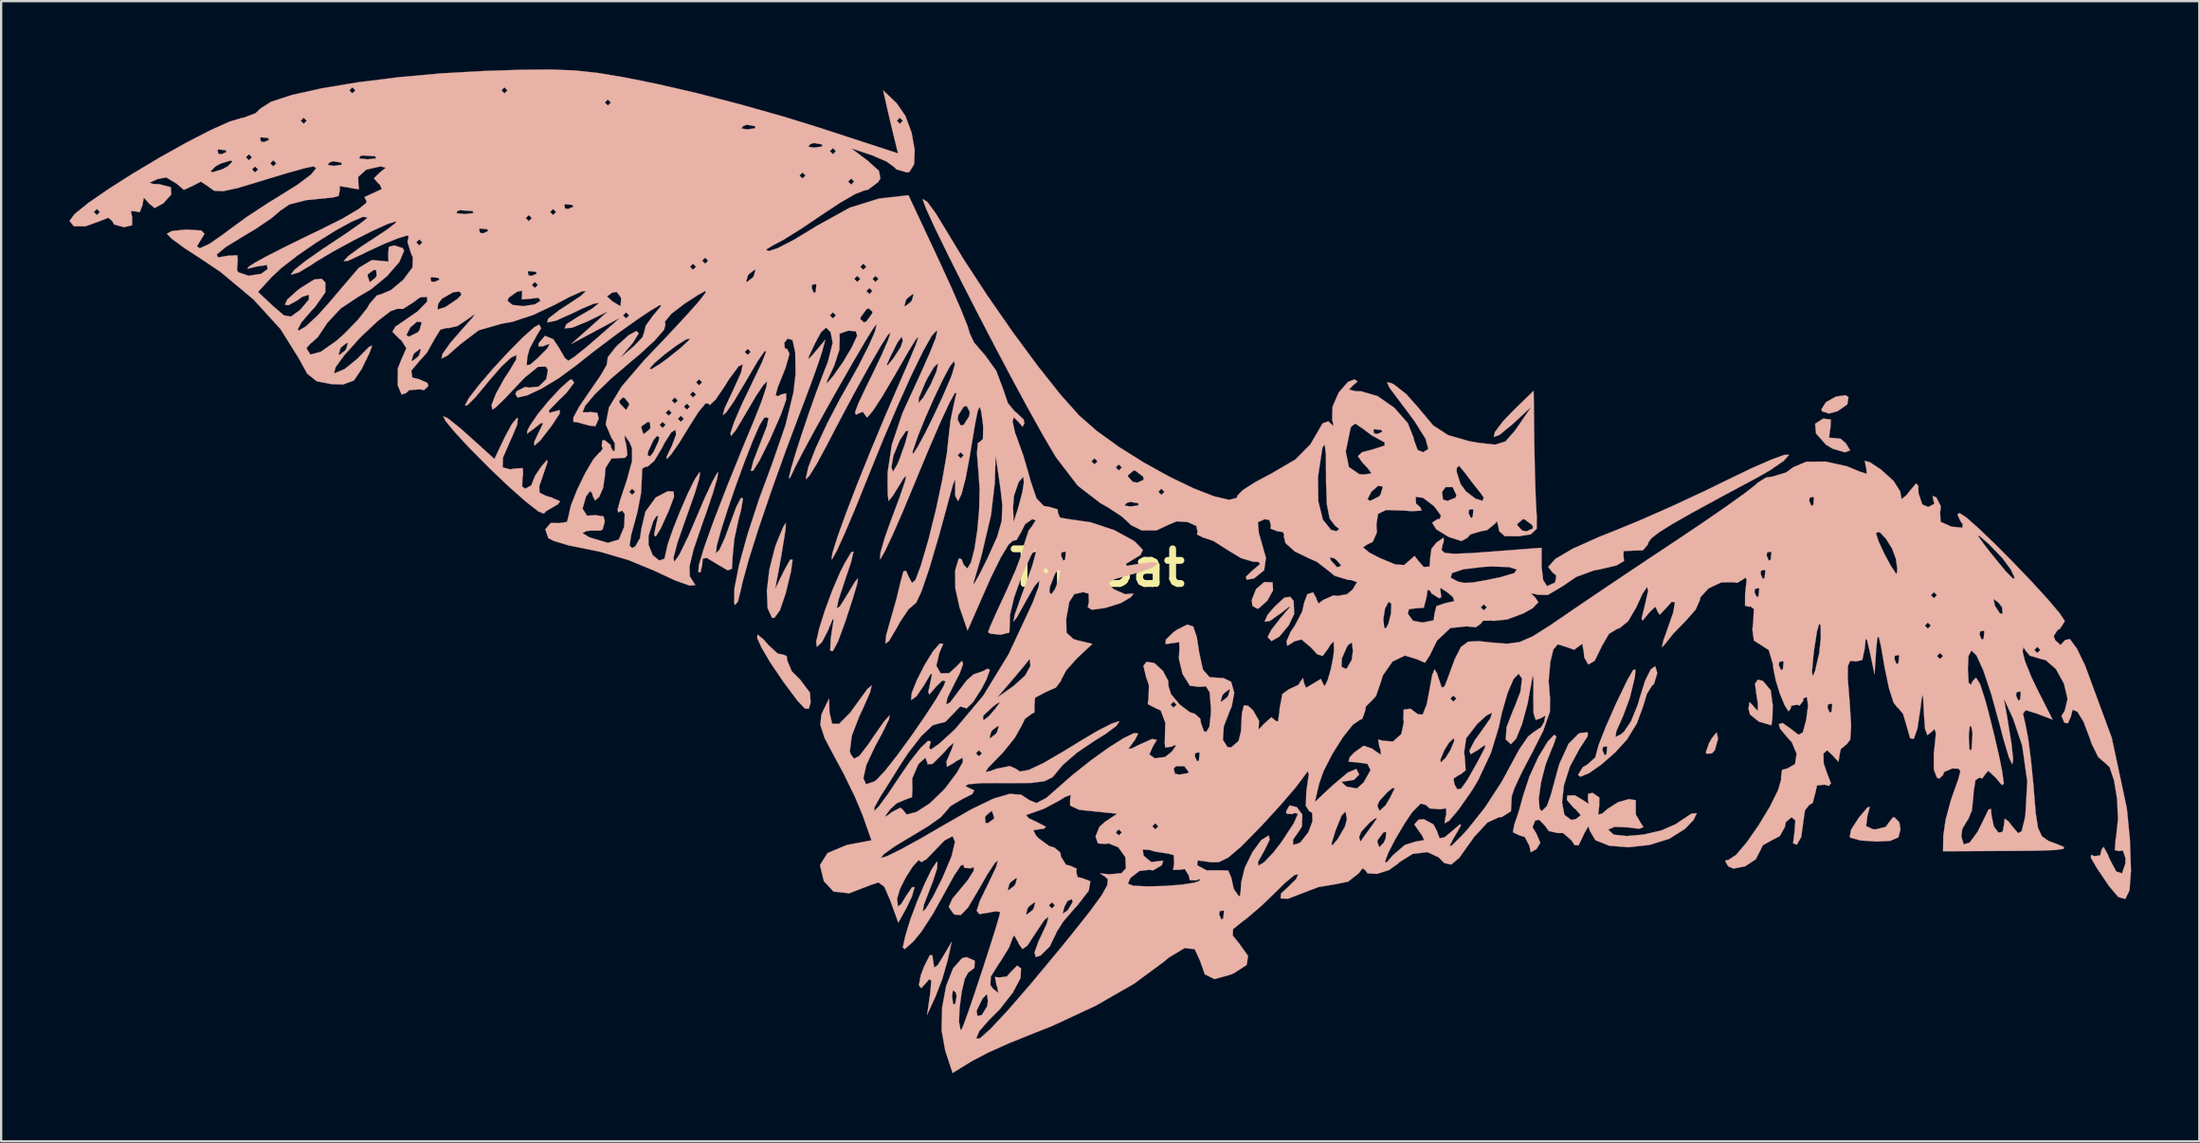
<source format=kicad_pcb>
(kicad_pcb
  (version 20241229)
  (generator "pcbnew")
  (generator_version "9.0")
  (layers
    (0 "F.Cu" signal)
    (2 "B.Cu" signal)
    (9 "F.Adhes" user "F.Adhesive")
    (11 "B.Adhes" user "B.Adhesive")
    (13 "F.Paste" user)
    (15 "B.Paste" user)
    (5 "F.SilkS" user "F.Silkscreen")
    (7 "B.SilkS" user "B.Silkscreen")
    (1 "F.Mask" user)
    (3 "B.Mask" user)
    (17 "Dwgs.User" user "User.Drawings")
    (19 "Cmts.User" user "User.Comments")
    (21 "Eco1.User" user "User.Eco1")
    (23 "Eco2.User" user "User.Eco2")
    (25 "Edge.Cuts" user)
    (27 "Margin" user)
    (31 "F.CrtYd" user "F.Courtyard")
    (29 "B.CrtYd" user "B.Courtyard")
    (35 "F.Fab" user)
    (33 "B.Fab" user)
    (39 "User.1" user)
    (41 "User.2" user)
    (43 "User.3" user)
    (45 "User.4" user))
  (footprint "TheBat"
    (layer "F.Cu")
    (at 45.19 21.91)
    (property "Reference" "TheBat" (at 0 0 0) (layer "F.SilkS") (effects (font (size 1.524 1.524) (thickness 0.3))))
    (attr through_hole)
    (fp_poly (pts (xy 27.267 7.477) (xy 27.267 7.537) (xy 27.131 8.021) (xy 27.004 8.155) (xy 26.759 8.172) (xy 26.741 8.104) (xy 26.875 7.714) (xy 27.004 7.486) (xy 27.212 7.236) (xy 27.267 7.477)) (stroke (width 0.01) (type solid)) (fill yes) (layer "B.SilkS"))
    (fp_poly (pts (xy 33.008 -7.506) (xy 32.955 -7.181) (xy 32.535 -6.889) (xy 32.151 -6.782) (xy 31.843 -6.88) (xy 31.817 -6.966) (xy 32.017 -7.28) (xy 32.452 -7.525) (xy 32.873 -7.588) (xy 33.008 -7.506)) (stroke (width 0.01) (type solid)) (fill yes) (layer "B.SilkS"))
    (fp_poly (pts (xy 7.678 0.639) (xy 7.697 0.657) (xy 7.714 0.988) (xy 7.468 1.439) (xy 7.098 1.772) (xy 7.027 1.802) (xy 6.807 1.671) (xy 6.779 1.417) (xy 6.969 0.934) (xy 7.33 0.624) (xy 7.678 0.639)) (stroke (width 0.01) (type solid)) (fill yes) (layer "B.SilkS"))
    (fp_poly (pts (xy 32.233 -6.516) (xy 32.212 -6.133) (xy 32.2 -6.094) (xy 32.154 -5.718) (xy 32.293 -5.712) (xy 32.657 -5.673) (xy 32.889 -5.478) (xy 33.079 -5.162) (xy 32.852 -5.08) (xy 32.836 -5.08) (xy 32.314 -5.234) (xy 32.016 -5.414) (xy 31.581 -5.906) (xy 31.541 -6.333) (xy 31.895 -6.56) (xy 32.233 -6.516)) (stroke (width 0.01) (type solid)) (fill yes) (layer "B.SilkS"))
    (fp_poly (pts (xy 29.242 4.97) (xy 29.587 5.381) (xy 29.678 6.044) (xy 29.661 6.642) (xy 29.619 6.918) (xy 29.611 6.921) (xy 29.332 6.836) (xy 29.076 6.767) (xy 28.681 6.451) (xy 28.613 6.197) (xy 28.656 5.9) (xy 28.842 6.093) (xy 28.88 6.149) (xy 29.031 6.281) (xy 29.021 5.938) (xy 28.975 5.677) (xy 28.901 5.097) (xy 29.021 4.918) (xy 29.242 4.97)) (stroke (width 0.01) (type solid)) (fill yes) (layer "B.SilkS"))
    (fp_poly (pts (xy -14.692 3.137) (xy -14.462 3.398) (xy -14.061 3.768) (xy -13.803 3.821) (xy -13.661 3.883) (xy -13.636 4.084) (xy -13.434 4.557) (xy -13.079 4.905) (xy -12.639 5.49) (xy -12.611 5.923) (xy -12.691 6.197) (xy -12.861 6.187) (xy -13.187 5.842) (xy -13.735 5.11) (xy -13.836 4.97) (xy -14.377 4.171) (xy -14.76 3.521) (xy -14.958 3.086) (xy -14.945 2.935) (xy -14.692 3.137)) (stroke (width 0.01) (type solid)) (fill yes) (layer "B.SilkS"))
    (fp_poly (pts (xy -6.585 17.245) (xy -6.832 18.1) (xy -7.124 18.849) (xy -7.491 19.652) (xy -7.355 18.716) (xy -7.307 18.149) (xy -7.402 18.08) (xy -7.472 18.173) (xy -7.745 18.477) (xy -7.851 18.359) (xy -7.769 17.911) (xy -7.617 17.513) (xy -7.375 17.034) (xy -7.26 17.027) (xy -7.231 17.245) (xy -7.18 17.571) (xy -7.031 17.473) (xy -6.806 17.112) (xy -6.412 16.443) (xy -6.585 17.245)) (stroke (width 0.01) (type solid)) (fill yes) (layer "B.SilkS"))
    (fp_poly (pts (xy 8.618 1.458) (xy 8.645 2.024) (xy 8.401 2.534) (xy 7.99 3.025) (xy 7.645 3.22) (xy 7.487 3.054) (xy 7.486 3.025) (xy 7.647 2.719) (xy 8.037 2.216) (xy 8.088 2.158) (xy 8.442 1.744) (xy 8.441 1.693) (xy 8.134 1.94) (xy 7.579 2.334) (xy 7.343 2.367) (xy 7.476 2.066) (xy 7.76 1.731) (xy 8.211 1.311) (xy 8.474 1.276) (xy 8.618 1.458)) (stroke (width 0.01) (type solid)) (fill yes) (layer "B.SilkS"))
    (fp_poly (pts (xy -13.717 -1.672) (xy -13.752 -1.435) (xy -13.896 -0.545) (xy -14.025 0.169) (xy -14.174 0.936) (xy -13.783 0.134) (xy -13.506 -0.363) (xy -13.403 -0.355) (xy -13.474 0.157) (xy -13.708 1.127) (xy -13.96 1.868) (xy -14.206 2.204) (xy -14.309 2.197) (xy -14.499 1.778) (xy -14.534 1.015) (xy -14.423 0.072) (xy -14.179 -0.888) (xy -14.063 -1.203) (xy -13.801 -1.823) (xy -13.697 -1.97) (xy -13.717 -1.672)) (stroke (width 0.01) (type solid)) (fill yes) (layer "B.SilkS"))
    (fp_poly (pts (xy 33.845 10.878) (xy 33.84 10.895) (xy 33.782 11.352) (xy 34.083 11.493) (xy 34.205 11.497) (xy 34.649 11.388) (xy 34.758 11.229) (xy 34.961 10.97) (xy 35.025 10.962) (xy 35.242 11.186) (xy 35.293 11.497) (xy 35.201 11.849) (xy 34.834 12.003) (xy 34.239 12.032) (xy 33.539 11.985) (xy 33.105 11.869) (xy 33.06 11.83) (xy 33.125 11.506) (xy 33.453 10.996) (xy 33.481 10.961) (xy 33.845 10.532) (xy 33.944 10.509) (xy 33.845 10.878)) (stroke (width 0.01) (type solid)) (fill yes) (layer "B.SilkS"))
    (fp_poly (pts (xy -23.005 -8.141) (xy -23.326 -7.709) (xy -23.713 -7.329) (xy -24.113 -6.919) (xy -24.096 -6.806) (xy -23.928 -6.856) (xy -23.637 -6.935) (xy -23.641 -6.78) (xy -23.955 -6.302) (xy -24.028 -6.198) (xy -24.494 -5.597) (xy -24.751 -5.37) (xy -24.758 -5.535) (xy -24.564 -5.949) (xy -24.364 -6.359) (xy -24.471 -6.355) (xy -24.732 -6.149) (xy -25.071 -5.895) (xy -25.061 -6.029) (xy -24.926 -6.283) (xy -24.592 -6.769) (xy -24.105 -7.359) (xy -23.602 -7.899) (xy -23.219 -8.24) (xy -23.117 -8.288) (xy -23.005 -8.141)) (stroke (width 0.01) (type solid)) (fill yes) (layer "B.SilkS"))
    (fp_poly (pts (xy -10.833 -0.251) (xy -11.096 0.535) (xy -11.384 1.404) (xy -11.461 1.788) (xy -11.325 1.696) (xy -10.973 1.136) (xy -10.934 1.069) (xy -10.656 0.604) (xy -10.529 0.461) (xy -10.558 0.687) (xy -10.75 1.33) (xy -11.078 2.339) (xy -11.401 3.222) (xy -11.632 3.662) (xy -11.749 3.641) (xy -11.728 3.139) (xy -11.69 2.874) (xy -11.603 2.306) (xy -11.631 2.239) (xy -11.805 2.649) (xy -11.841 2.741) (xy -12.111 3.264) (xy -12.336 3.476) (xy -12.367 3.253) (xy -12.235 2.675) (xy -11.985 1.882) (xy -11.664 1.012) (xy -11.318 0.202) (xy -11.132 -0.168) (xy -10.824 -0.684) (xy -10.724 -0.711) (xy -10.833 -0.251)) (stroke (width 0.01) (type solid)) (fill yes) (layer "B.SilkS"))
    (fp_poly (pts (xy -28.563 -6.577) (xy -28.035 -6.156) (xy -27.582 -5.755) (xy -26.508 -4.785) (xy -26.053 -5.744) (xy -25.742 -6.318) (xy -25.518 -6.587) (xy -25.479 -6.585) (xy -25.509 -6.294) (xy -25.738 -5.739) (xy -25.781 -5.653) (xy -26.134 -4.843) (xy -26.144 -4.412) (xy -25.807 -4.327) (xy -25.656 -4.358) (xy -25.263 -4.383) (xy -25.248 -4.072) (xy -25.273 -3.988) (xy -25.289 -3.575) (xy -25.151 -3.476) (xy -24.876 -3.633) (xy -24.865 -3.692) (xy -24.717 -4.051) (xy -24.463 -4.427) (xy -24.199 -4.743) (xy -24.175 -4.648) (xy -24.329 -4.194) (xy -24.536 -3.589) (xy -24.528 -3.307) (xy -24.249 -3.164) (xy -23.996 -3.088) (xy -23.619 -2.922) (xy -23.738 -2.773) (xy -23.796 -2.749) (xy -24.235 -2.491) (xy -24.336 -2.383) (xy -24.568 -2.475) (xy -25.096 -2.882) (xy -25.84 -3.537) (xy -26.68 -4.335) (xy -27.586 -5.247) (xy -28.249 -5.962) (xy -28.648 -6.445) (xy -28.76 -6.662) (xy -28.563 -6.577)) (stroke (width 0.01) (type solid)) (fill yes) (layer "B.SilkS"))
    (fp_poly (pts (xy 24.597 4.602) (xy 24.598 4.647) (xy 24.462 5.095) (xy 24.365 5.192) (xy 24.147 5.537) (xy 23.983 6.084) (xy 23.705 6.837) (xy 23.268 7.55) (xy 22.744 8.123) (xy 22.149 8.644) (xy 21.603 9.026) (xy 21.224 9.185) (xy 21.122 9.1) (xy 21.336 8.758) (xy 21.523 8.652) (xy 21.878 8.335) (xy 21.924 8.161) (xy 21.963 8.021) (xy 22.192 8.021) (xy 22.289 8.241) (xy 22.37 8.199) (xy 22.402 7.882) (xy 22.37 7.843) (xy 22.211 7.88) (xy 22.192 8.021) (xy 21.963 8.021) (xy 22.032 7.773) (xy 22.317 7.044) (xy 22.725 6.112) (xy 22.846 5.85) (xy 23.287 4.937) (xy 23.546 4.489) (xy 23.645 4.475) (xy 23.616 4.813) (xy 23.396 5.717) (xy 23.096 6.525) (xy 22.802 7.188) (xy 22.767 7.436) (xy 22.995 7.325) (xy 23.133 7.214) (xy 23.446 6.756) (xy 23.748 6.01) (xy 23.834 5.707) (xy 24.072 4.955) (xy 24.317 4.468) (xy 24.511 4.324) (xy 24.597 4.602)) (stroke (width 0.01) (type solid)) (fill yes) (layer "B.SilkS"))
    (fp_poly (pts (xy 21.548 7.394) (xy 21.245 7.864) (xy 21.2 7.927) (xy 20.763 8.732) (xy 20.499 9.568) (xy 20.417 10.317) (xy 20.523 10.862) (xy 20.823 11.083) (xy 21.021 11.046) (xy 21.241 10.878) (xy 21.017 10.617) (xy 20.93 10.551) (xy 20.631 10.206) (xy 20.648 10.01) (xy 20.978 10.001) (xy 21.301 10.189) (xy 21.6 10.384) (xy 21.559 10.227) (xy 21.559 9.939) (xy 21.759 9.893) (xy 22.055 10.093) (xy 22.051 10.461) (xy 22.007 10.849) (xy 22.181 10.804) (xy 22.422 10.594) (xy 22.884 10.302) (xy 23.354 10.169) (xy 23.662 10.215) (xy 23.655 10.439) (xy 23.662 10.848) (xy 23.826 11.132) (xy 23.994 11.402) (xy 23.797 11.471) (xy 23.314 11.411) (xy 22.733 11.385) (xy 22.462 11.501) (xy 22.459 11.52) (xy 22.686 11.729) (xy 23.259 11.791) (xy 24.012 11.724) (xy 24.783 11.545) (xy 25.408 11.272) (xy 25.512 11.199) (xy 26.099 10.81) (xy 26.342 10.785) (xy 26.195 11.085) (xy 25.826 11.473) (xy 25.134 11.91) (xy 24.255 12.182) (xy 23.328 12.284) (xy 22.491 12.216) (xy 21.882 11.973) (xy 21.64 11.559) (xy 21.571 11.365) (xy 21.389 11.682) (xy 21.355 11.764) (xy 21.14 12.205) (xy 20.963 12.184) (xy 20.83 11.976) (xy 20.463 11.66) (xy 20.214 11.657) (xy 19.831 11.57) (xy 19.688 11.362) (xy 19.418 11.077) (xy 19.239 11.103) (xy 19.119 11.403) (xy 19.28 11.666) (xy 19.463 12.084) (xy 19.293 12.364) (xy 19.042 12.504) (xy 18.983 12.219) (xy 18.778 11.831) (xy 18.553 11.764) (xy 18.258 11.625) (xy 18.317 11.296) (xy 18.522 10.693) (xy 18.704 10.026) (xy 18.986 9.167) (xy 19.384 8.302) (xy 19.801 7.62) (xy 20.073 7.34) (xy 20.168 7.415) (xy 20.022 7.835) (xy 19.979 7.925) (xy 19.697 8.637) (xy 19.494 9.428) (xy 19.396 10.135) (xy 19.429 10.599) (xy 19.53 10.695) (xy 19.756 10.465) (xy 19.932 9.959) (xy 20.29 8.644) (xy 20.704 7.734) (xy 21.146 7.289) (xy 21.237 7.261) (xy 21.543 7.231) (xy 21.548 7.394)) (stroke (width 0.01) (type solid)) (fill yes) (layer "B.SilkS"))
    (fp_poly (pts (xy -22.967 -21.862) (xy -21.948 -21.752) (xy -20.824 -21.564) (xy -19.435 -21.285) (xy -19.375 -21.273) (xy -17.69 -20.886) (xy -15.755 -20.386) (xy -13.825 -19.842) (xy -12.338 -19.383) (xy -8.768 -18.218) (xy -8.929 -18.868) (xy -9.117 -19.652) (xy -8.823 -19.652) (xy -8.689 -19.518) (xy -8.556 -19.652) (xy -8.689 -19.785) (xy -8.823 -19.652) (xy -9.117 -19.652) (xy -9.117 -19.652) (xy -9.256 -20.253) (xy -9.421 -20.988) (xy -8.825 -20.417) (xy -8.442 -19.862) (xy -8.172 -19.127) (xy -8.037 -18.368) (xy -8.061 -17.741) (xy -8.267 -17.402) (xy -8.372 -17.379) (xy -8.831 -17.513) (xy -8.941 -17.62) (xy -9.276 -17.862) (xy -9.894 -18.129) (xy -9.959 -18.151) (xy -10.828 -18.441) (xy -10.084 -17.881) (xy -9.606 -17.447) (xy -9.544 -17.117) (xy -9.649 -16.949) (xy -10.079 -16.627) (xy -10.282 -16.577) (xy -10.649 -16.432) (xy -11.309 -16.051) (xy -12.122 -15.515) (xy -12.172 -15.48) (xy -13.036 -14.897) (xy -13.796 -14.423) (xy -14.288 -14.16) (xy -14.289 -14.16) (xy -14.576 -13.986) (xy -14.457 -13.92) (xy -14.059 -14.051) (xy -13.361 -14.41) (xy -12.505 -14.926) (xy -12.382 -15.006) (xy -10.891 -15.83) (xy -9.62 -16.226) (xy -9.499 -16.243) (xy -8.31 -16.377) (xy -6.962 -13.498) (xy -6.435 -12.346) (xy -6.004 -11.357) (xy -5.716 -10.639) (xy -5.615 -10.303) (xy -5.435 -9.915) (xy -5 -9.408) (xy -4.972 -9.382) (xy -4.458 -8.674) (xy -4.162 -7.891) (xy -3.941 -7.242) (xy -3.628 -6.863) (xy -3.602 -6.852) (xy -3.254 -6.531) (xy -3.213 -6.358) (xy -3.294 -6.199) (xy -3.476 -6.417) (xy -3.682 -6.62) (xy -3.733 -6.424) (xy -3.626 -5.942) (xy -3.485 -5.56) (xy -3.254 -4.907) (xy -3.001 -4.043) (xy -2.94 -3.81) (xy -2.683 -3.054) (xy -2.364 -2.72) (xy -2.113 -2.674) (xy -1.75 -2.569) (xy -1.738 -2.406) (xy -1.646 -2.205) (xy -1.259 -2.139) (xy -0.301 -2.001) (xy 0.739 -1.655) (xy 1.578 -1.198) (xy 1.682 -1.114) (xy 1.993 -0.789) (xy 1.887 -0.562) (xy 1.548 -0.356) (xy 1.178 -0.132) (xy 1.24 -0.08) (xy 1.778 -0.168) (xy 1.805 -0.173) (xy 2.463 -0.252) (xy 2.656 -0.183) (xy 2.415 -0.013) (xy 1.774 0.214) (xy 1.465 0.297) (xy 0.757 0.496) (xy 0.496 0.658) (xy 0.605 0.85) (xy 0.727 0.945) (xy 1.214 1.161) (xy 1.468 1.14) (xy 1.587 1.134) (xy 1.462 1.293) (xy 1.02 1.553) (xy 0.338 1.764) (xy 0.321 1.767) (xy -0.254 1.845) (xy -0.43 1.725) (xy -0.377 1.505) (xy -0.391 1.137) (xy -0.624 1.069) (xy -1.02 1.155) (xy -1.242 1.503) (xy -1.376 2.249) (xy -1.377 2.259) (xy -1.363 2.853) (xy -1.058 3.134) (xy -0.849 3.196) (xy -0.227 3.344) (xy -0.915 3.991) (xy -1.379 4.512) (xy -1.601 4.929) (xy -1.604 4.964) (xy -1.832 5.266) (xy -2.263 5.455) (xy -2.747 5.712) (xy -2.769 6.019) (xy -2.774 6.361) (xy -2.894 6.417) (xy -3.19 6.638) (xy -3.341 6.948) (xy -3.633 7.47) (xy -4.152 8.114) (xy -4.317 8.287) (xy -4.803 8.783) (xy -4.925 8.974) (xy -4.699 8.93) (xy -4.444 8.835) (xy -3.857 8.715) (xy -3.61 8.822) (xy -3.405 8.955) (xy -3.016 8.884) (xy -2.371 8.579) (xy -1.395 8.009) (xy -0.856 7.675) (xy -0.03 7.184) (xy 0.61 6.854) (xy 0.944 6.746) (xy 0.96 6.753) (xy 0.828 6.949) (xy 0.345 7.308) (xy -0.124 7.6) (xy -0.906 8.127) (xy -1.531 8.669) (xy -1.728 8.905) (xy -1.978 9.205) (xy -2.327 9.379) (xy -2.907 9.456) (xy -3.852 9.466) (xy -4.2 9.461) (xy -5.122 9.466) (xy -5.683 9.514) (xy -5.808 9.596) (xy -5.748 9.626) (xy -5.42 9.786) (xy -5.508 9.947) (xy -5.949 10.17) (xy -6.468 10.478) (xy -6.684 10.735) (xy -6.899 10.972) (xy -7.461 11.369) (xy -8.167 11.794) (xy -8.909 12.241) (xy -9.397 12.59) (xy -9.524 12.757) (xy -9.258 12.679) (xy -8.636 12.373) (xy -7.754 11.889) (xy -6.893 11.388) (xy -6.151 10.962) (xy -4.946 10.962) (xy -4.925 11.208) (xy -4.828 11.229) (xy -4.556 11.035) (xy -4.545 10.962) (xy -4.636 10.702) (xy -4.663 10.695) (xy -4.891 10.882) (xy -4.946 10.962) (xy -6.151 10.962) (xy -5.554 10.62) (xy -4.57 10.145) (xy -3.863 9.937) (xy -3.357 9.975) (xy -2.996 10.212) (xy -2.683 10.342) (xy -2.248 10.112) (xy -1.94 9.844) (xy -1.115 9.119) (xy -0.737 8.819) (xy 3.345 8.819) (xy 3.403 9.051) (xy 3.594 9.091) (xy 3.96 9.029) (xy 4.011 8.973) (xy 3.815 8.723) (xy 3.462 8.717) (xy 3.345 8.819) (xy -0.737 8.819) (xy -0.278 8.455) (xy 0.502 7.896) (xy 1.153 7.485) (xy 1.606 7.267) (xy 1.79 7.284) (xy 1.637 7.58) (xy 1.57 7.664) (xy 1.352 7.962) (xy 1.511 7.939) (xy 1.787 7.797) (xy 2.397 7.524) (xy 2.606 7.56) (xy 2.432 7.856) (xy 2.277 8.199) (xy 2.514 8.375) (xy 2.976 8.314) (xy 3.008 8.288) (xy 4.278 8.288) (xy 4.376 8.508) (xy 4.456 8.467) (xy 4.488 8.149) (xy 4.456 8.11) (xy 4.297 8.147) (xy 4.278 8.288) (xy 3.008 8.288) (xy 3.256 8.088) (xy 3.472 7.786) (xy 3.328 7.821) (xy 3.257 7.863) (xy 2.977 7.898) (xy 2.955 7.714) (xy 2.979 6.813) (xy 2.778 6.271) (xy 2.511 6.149) (xy 2.259 6.016) (xy 3.208 6.016) (xy 3.342 6.149) (xy 3.476 6.016) (xy 3.342 5.882) (xy 3.208 6.016) (xy 2.259 6.016) (xy 2.209 5.989) (xy 2.243 5.729) (xy 2.259 5.16) (xy 2.137 4.809) (xy 2.017 4.309) (xy 2.156 4.134) (xy 2.495 4.184) (xy 2.872 4.529) (xy 3.111 4.973) (xy 3.116 5.197) (xy 3.234 5.56) (xy 3.613 6.011) (xy 4.06 6.35) (xy 4.278 6.417) (xy 4.515 6.633) (xy 4.545 6.818) (xy 4.671 7.174) (xy 4.778 7.219) (xy 4.918 6.982) (xy 4.984 6.39) (xy 4.983 6.151) (xy 4.96 5.865) (xy 5.413 5.865) (xy 5.449 5.882) (xy 5.693 5.694) (xy 5.748 5.615) (xy 5.817 5.365) (xy 5.78 5.347) (xy 5.536 5.536) (xy 5.481 5.615) (xy 5.413 5.865) (xy 4.96 5.865) (xy 4.928 5.472) (xy 4.767 5.21) (xy 4.483 5.233) (xy 4.06 5.184) (xy 3.739 4.669) (xy 3.732 4.651) (xy 3.576 3.99) (xy 3.602 3.534) (xy 3.589 3.266) (xy 3.345 3.304) (xy 2.99 3.354) (xy 3.001 3.156) (xy 3.35 2.821) (xy 3.502 2.719) (xy 3.943 2.496) (xy 4.204 2.578) (xy 4.364 3.046) (xy 4.469 3.721) (xy 4.632 4.473) (xy 4.926 4.809) (xy 5.462 4.846) (xy 5.517 4.84) (xy 5.871 5.008) (xy 6.011 5.494) (xy 5.895 6.108) (xy 5.834 6.236) (xy 5.549 6.97) (xy 5.511 7.564) (xy 5.714 7.88) (xy 5.875 7.895) (xy 6.2 7.614) (xy 6.304 7.192) (xy 6.346 6.393) (xy 6.435 6.046) (xy 6.618 6.066) (xy 6.835 6.262) (xy 7.1 6.728) (xy 7.082 7.016) (xy 7.085 7.107) (xy 7.306 6.871) (xy 7.64 6.571) (xy 7.834 6.725) (xy 7.839 6.737) (xy 7.936 6.75) (xy 7.996 6.333) (xy 8 6.216) (xy 8.123 5.55) (xy 8.4 5.347) (xy 8.829 5.145) (xy 8.913 5.013) (xy 9.034 4.843) (xy 9.069 5.046) (xy 9.163 5.274) (xy 9.479 5.09) (xy 9.492 5.08) (xy 9.816 4.885) (xy 9.919 5.104) (xy 9.919 5.114) (xy 9.989 5.202) (xy 10.12 4.922) (xy 10.263 4.429) (xy 10.278 4.351) (xy 10.724 4.351) (xy 10.91 4.439) (xy 10.962 4.412) (xy 11.176 4.039) (xy 11.225 3.661) (xy 11.183 3.279) (xy 11.023 3.386) (xy 10.962 3.476) (xy 10.742 3.973) (xy 10.724 4.351) (xy 10.278 4.351) (xy 10.368 3.88) (xy 10.393 3.609) (xy 10.382 3.24) (xy 10.245 3.366) (xy 10.13 3.558) (xy 9.896 3.876) (xy 9.659 3.803) (xy 9.38 3.501) (xy 8.963 3.149) (xy 8.635 3.238) (xy 8.6 3.272) (xy 8.34 3.43) (xy 8.306 3.238) (xy 8.483 2.823) (xy 8.681 2.524) (xy 8.824 2.253) (xy 12.562 2.253) (xy 12.599 2.616) (xy 12.669 2.674) (xy 12.789 2.447) (xy 12.898 2.014) (xy 13.636 2.014) (xy 13.868 2.328) (xy 14.296 2.406) (xy 14.775 2.307) (xy 14.81 2.027) (xy 14.883 1.738) (xy 16.844 1.738) (xy 16.978 1.872) (xy 17.112 1.738) (xy 16.978 1.604) (xy 16.844 1.738) (xy 14.883 1.738) (xy 14.895 1.686) (xy 15.264 1.559) (xy 15.679 1.466) (xy 15.621 1.285) (xy 15.366 1.069) (xy 15.061 0.876) (xy 15.071 1.003) (xy 15.111 1.296) (xy 15.011 1.337) (xy 14.684 1.128) (xy 14.615 1.003) (xy 14.508 0.962) (xy 14.459 1.299) (xy 14.339 1.755) (xy 14.037 1.775) (xy 13.692 1.816) (xy 13.636 2.014) (xy 12.898 2.014) (xy 12.898 2.013) (xy 12.916 1.574) (xy 12.795 1.494) (xy 12.637 1.788) (xy 12.562 2.253) (xy 8.824 2.253) (xy 8.997 1.925) (xy 9.082 1.537) (xy 9.22 1.162) (xy 9.473 1.08) (xy 9.624 1.35) (xy 9.625 1.39) (xy 9.716 1.57) (xy 9.925 1.411) (xy 10.371 1.212) (xy 10.551 1.236) (xy 10.968 1.16) (xy 11.219 0.948) (xy 11.407 0.627) (xy 11.137 0.536) (xy 11.028 0.535) (xy 10.694 0.433) (xy 15.522 0.433) (xy 15.842 0.603) (xy 16.109 0.663) (xy 16.469 0.648) (xy 17.081 0.542) (xy 17.713 0.412) (xy 18.316 0.232) (xy 18.429 0.075) (xy 18.098 -0.031) (xy 17.368 -0.059) (xy 16.978 -0.042) (xy 16.08 0.065) (xy 15.579 0.233) (xy 15.522 0.433) (xy 10.694 0.433) (xy 10.421 0.35) (xy 10.169 0.144) (xy 9.647 -0.261) (xy 9.279 -0.426) (xy 9.213 -0.458) (xy 10.203 -0.458) (xy 10.268 -0.309) (xy 10.537 -0.022) (xy 10.692 -0.081) (xy 10.695 -0.118) (xy 10.505 -0.344) (xy 10.386 -0.427) (xy 10.203 -0.458) (xy 9.213 -0.458) (xy 8.674 -0.717) (xy 8.262 -1.086) (xy 8.184 -1.401) (xy 8.212 -1.439) (xy 8.143 -1.577) (xy 7.916 -1.604) (xy 7.606 -1.724) (xy 7.62 -1.872) (xy 7.556 -2.098) (xy 7.35 -2.139) (xy 7.049 -2.005) (xy 7.088 -1.537) (xy 7.293 -0.82) (xy 7.402 -0.435) (xy 7.324 0.109) (xy 6.876 0.469) (xy 6.551 0.522) (xy 6.524 0.389) (xy 6.802 0.125) (xy 7.147 -0.166) (xy 7.065 -0.26) (xy 6.844 -0.267) (xy 6.305 -0.426) (xy 5.688 -0.802) (xy 5.099 -1.178) (xy 4.63 -1.337) (xy 4.627 -1.337) (xy 4.373 -1.467) (xy 4.4 -1.585) (xy 4.342 -1.841) (xy 3.965 -2.011) (xy 3.485 -2.043) (xy 3.128 -1.898) (xy 2.596 -1.646) (xy 1.945 -1.644) (xy 1.456 -1.887) (xy 1.417 -1.938) (xy 1.061 -2.262) (xy 0.421 -2.679) (xy 0.316 -2.738) (xy 1.185 -2.738) (xy 1.448 -2.695) (xy 1.795 -2.744) (xy 1.799 -2.835) (xy 1.441 -2.899) (xy 1.287 -2.856) (xy 1.185 -2.738) (xy 0.316 -2.738) (xy 0.134 -2.839) (xy -0.52 -3.342) (xy 2.674 -3.342) (xy 2.807 -3.208) (xy 2.941 -3.342) (xy 2.807 -3.476) (xy 2.674 -3.342) (xy -0.52 -3.342) (xy -0.874 -3.615) (xy -1.176 -4.011) (xy 1.337 -4.011) (xy 1.554 -3.776) (xy 1.754 -3.743) (xy 2.03 -3.873) (xy 2.005 -4.011) (xy 1.663 -4.268) (xy 1.588 -4.278) (xy 1.344 -4.074) (xy 1.337 -4.011) (xy -1.176 -4.011) (xy -1.482 -4.412) (xy 0.802 -4.412) (xy 0.936 -4.278) (xy 1.069 -4.412) (xy 0.936 -4.545) (xy 0.802 -4.412) (xy -1.482 -4.412) (xy -1.686 -4.679) (xy -0.267 -4.679) (xy -0.134 -4.545) (xy 0 -4.679) (xy -0.134 -4.813) (xy -0.267 -4.679) (xy -1.686 -4.679) (xy -1.828 -4.866) (xy -1.898 -4.978) (xy -2.403 -5.84) (xy -3.031 -6.967) (xy -3.743 -8.282) (xy -4.497 -9.705) (xy -5.254 -11.16) (xy -5.974 -12.567) (xy -6.615 -13.848) (xy -7.139 -14.925) (xy -7.505 -15.72) (xy -7.672 -16.155) (xy -7.674 -16.211) (xy -7.478 -16.079) (xy -7.118 -15.592) (xy -6.792 -15.06) (xy -5.892 -13.572) (xy -4.841 -11.966) (xy -3.723 -10.358) (xy -2.621 -8.865) (xy -1.619 -7.603) (xy -0.802 -6.69) (xy -0.019 -6.007) (xy 0.961 -5.301) (xy 2.052 -4.618) (xy 3.167 -4.002) (xy 4.218 -3.495) (xy 5.12 -3.143) (xy 5.784 -2.988) (xy 6.123 -3.076) (xy 6.149 -3.172) (xy 6.371 -3.406) (xy 6.948 -3.776) (xy 7.361 -3.995) (xy 9.689 -3.995) (xy 9.704 -2.927) (xy 9.904 -2.116) (xy 10.268 -1.666) (xy 10.504 -1.608) (xy 10.622 -1.707) (xy 10.427 -1.866) (xy 10.202 -2.17) (xy 10.08 -2.788) (xy 10.072 -3.012) (xy 11.865 -3.012) (xy 11.983 -2.941) (xy 12.375 -3.138) (xy 12.444 -3.226) (xy 12.477 -3.341) (xy 15.143 -3.341) (xy 15.185 -2.997) (xy 15.382 -2.941) (xy 15.733 -3.08) (xy 15.775 -3.193) (xy 15.611 -3.548) (xy 15.297 -3.547) (xy 15.143 -3.341) (xy 12.477 -3.341) (xy 12.544 -3.574) (xy 12.336 -3.603) (xy 12.037 -3.349) (xy 11.865 -3.012) (xy 10.072 -3.012) (xy 10.043 -3.821) (xy 10.044 -4.068) (xy 10.036 -5.01) (xy 10.023 -5.116) (xy 10.911 -5.116) (xy 11.048 -4.43) (xy 11.511 -4.115) (xy 11.686 -4.1) (xy 12.006 -4.143) (xy 12.032 -4.17) (xy 11.987 -4.23) (xy 15.783 -4.23) (xy 15.955 -3.685) (xy 16.195 -3.361) (xy 16.608 -3.044) (xy 16.915 -2.945) (xy 16.977 -3.081) (xy 16.846 -3.275) (xy 16.461 -3.759) (xy 16.175 -4.144) (xy 15.892 -4.486) (xy 15.792 -4.39) (xy 15.783 -4.23) (xy 11.987 -4.23) (xy 11.869 -4.389) (xy 11.642 -4.629) (xy 11.444 -4.908) (xy 11.63 -5.08) (xy 12.11 -5.208) (xy 12.613 -5.371) (xy 12.62 -5.518) (xy 12.566 -5.541) (xy 12.04 -5.831) (xy 11.738 -6.06) (xy 12.121 -6.06) (xy 12.157 -5.901) (xy 12.299 -5.882) (xy 12.519 -5.98) (xy 12.477 -6.06) (xy 12.16 -6.092) (xy 12.121 -6.06) (xy 11.738 -6.06) (xy 11.703 -6.087) (xy 11.33 -6.341) (xy 11.148 -6.202) (xy 11.117 -6.119) (xy 10.911 -5.116) (xy 10.023 -5.116) (xy 9.987 -5.424) (xy 9.899 -5.308) (xy 9.875 -5.214) (xy 9.689 -3.995) (xy 7.361 -3.995) (xy 7.638 -4.141) (xy 8.698 -4.763) (xy 9.355 -5.424) (xy 9.56 -5.778) (xy 9.893 -6.347) (xy 10.145 -6.44) (xy 10.235 -6.351) (xy 10.379 -6.228) (xy 10.313 -6.521) (xy 10.33 -7.085) (xy 10.603 -7.708) (xy 11.007 -8.171) (xy 11.302 -8.284) (xy 11.429 -8.187) (xy 11.229 -8.021) (xy 11.053 -7.837) (xy 11.337 -7.764) (xy 11.584 -7.758) (xy 12.309 -7.549) (xy 13.049 -7.032) (xy 13.636 -6.362) (xy 13.901 -5.693) (xy 13.903 -5.635) (xy 14.07 -5.18) (xy 14.314 -5.08) (xy 14.542 -5.224) (xy 14.418 -5.673) (xy 13.932 -6.451) (xy 13.278 -7.323) (xy 12.836 -7.913) (xy 12.724 -8.157) (xy 12.923 -8.114) (xy 13.031 -8.059) (xy 13.575 -7.632) (xy 14.132 -7.005) (xy 14.171 -6.952) (xy 14.754 -6.258) (xy 15.404 -5.836) (xy 16.318 -5.571) (xy 16.746 -5.494) (xy 17.476 -5.413) (xy 17.923 -5.551) (xy 18.328 -6.005) (xy 18.463 -6.198) (xy 19.074 -7.085) (xy 18.227 -6.3) (xy 17.664 -5.839) (xy 17.413 -5.75) (xy 17.468 -5.971) (xy 17.825 -6.443) (xy 18.274 -6.912) (xy 19.169 -7.78) (xy 19.199 -5.427) (xy 19.222 -4.252) (xy 19.255 -3.19) (xy 19.294 -2.423) (xy 19.306 -2.273) (xy 19.303 -1.715) (xy 19.041 -1.472) (xy 18.515 -1.387) (xy 17.897 -1.392) (xy 17.651 -1.616) (xy 17.625 -1.788) (xy 17.603 -1.872) (xy 18.448 -1.872) (xy 18.666 -1.637) (xy 18.865 -1.604) (xy 19.142 -1.734) (xy 19.117 -1.872) (xy 18.775 -2.129) (xy 18.7 -2.139) (xy 18.456 -1.935) (xy 18.448 -1.872) (xy 17.603 -1.872) (xy 17.556 -2.05) (xy 17.469 -1.938) (xy 17.121 -1.654) (xy 16.844 -1.604) (xy 16.384 -1.468) (xy 16.258 -1.315) (xy 15.997 -1.176) (xy 15.433 -1.358) (xy 14.891 -1.691) (xy 14.708 -1.982) (xy 14.933 -2.134) (xy 15.032 -2.139) (xy 15.097 -2.295) (xy 15.017 -2.406) (xy 16.309 -2.406) (xy 16.407 -2.186) (xy 16.488 -2.228) (xy 16.52 -2.545) (xy 16.488 -2.585) (xy 16.329 -2.548) (xy 16.309 -2.406) (xy 15.017 -2.406) (xy 14.821 -2.675) (xy 14.772 -2.726) (xy 14.309 -3.076) (xy 13.994 -3.12) (xy 13.985 -3.112) (xy 13.998 -2.829) (xy 14.178 -2.663) (xy 14.253 -2.517) (xy 13.823 -2.49) (xy 13.435 -2.518) (xy 12.681 -2.543) (xy 12.328 -2.367) (xy 12.256 -1.888) (xy 12.281 -1.559) (xy 12.099 -1.144) (xy 11.844 -1.021) (xy 11.67 -0.899) (xy 11.954 -0.664) (xy 12.399 -0.435) (xy 13.088 -0.148) (xy 13.474 -0.122) (xy 13.69 -0.306) (xy 13.936 -0.523) (xy 14.079 -0.334) (xy 14.339 -0.036) (xy 14.594 -0.053) (xy 14.623 -0.364) (xy 14.616 -0.382) (xy 14.679 -0.839) (xy 14.905 -1.117) (xy 15.215 -1.327) (xy 15.213 -1.137) (xy 15.164 -1.002) (xy 15.121 -0.778) (xy 15.263 -0.653) (xy 15.685 -0.616) (xy 16.483 -0.651) (xy 17.253 -0.707) (xy 19.518 -0.881) (xy 19.518 -0.039) (xy 19.588 0.541) (xy 19.757 0.801) (xy 19.769 0.802) (xy 20.115 0.644) (xy 20.165 0.342) (xy 19.987 0.189) (xy 19.81 -0.039) (xy 20.119 -0.388) (xy 20.885 -0.839) (xy 22.079 -1.373) (xy 22.633 -1.591) (xy 23.819 -2.077) (xy 25.262 -2.713) (xy 26.747 -3.405) (xy 27.63 -3.837) (xy 28.716 -4.362) (xy 29.6 -4.749) (xy 30.19 -4.964) (xy 30.397 -4.968) (xy 30.397 -4.966) (xy 30.15 -4.695) (xy 29.566 -4.291) (xy 29.009 -3.972) (xy 27.361 -3.089) (xy 26.129 -2.417) (xy 25.256 -1.92) (xy 24.685 -1.563) (xy 24.357 -1.309) (xy 24.215 -1.124) (xy 24.194 -1.029) (xy 23.969 -0.768) (xy 23.563 -0.757) (xy 23.126 -0.736) (xy 23.115 -0.555) (xy 23.141 -0.299) (xy 22.802 -0.101) (xy 22.02 0.08) (xy 21.819 0.115) (xy 21.036 0.403) (xy 20.457 0.799) (xy 19.791 1.193) (xy 19.359 1.185) (xy 19.042 1.11) (xy 19.192 1.263) (xy 19.223 1.285) (xy 19.376 1.512) (xy 19.126 1.774) (xy 18.723 2.001) (xy 18.006 2.27) (xy 17.403 2.332) (xy 17.348 2.321) (xy 16.939 2.327) (xy 16.844 2.46) (xy 16.627 2.612) (xy 16.213 2.573) (xy 15.511 2.647) (xy 14.92 3.202) (xy 14.609 3.84) (xy 14.392 4.174) (xy 14.056 4.026) (xy 14.051 4.022) (xy 13.512 3.858) (xy 12.965 4.122) (xy 12.544 4.727) (xy 12.433 5.078) (xy 12.239 5.64) (xy 12.016 5.882) (xy 12.01 5.882) (xy 11.792 6.099) (xy 11.764 6.283) (xy 11.639 6.639) (xy 11.533 6.684) (xy 11.217 6.902) (xy 10.779 7.454) (xy 10.319 8.185) (xy 9.934 8.94) (xy 9.74 9.492) (xy 9.553 10.294) (xy 10.339 9.558) (xy 11.004 8.997) (xy 11.377 8.843) (xy 11.497 9.08) (xy 11.497 9.091) (xy 11.276 9.319) (xy 11.029 9.362) (xy 10.719 9.406) (xy 10.911 9.591) (xy 10.962 9.624) (xy 11.403 9.7) (xy 11.697 9.435) (xy 11.792 9.266) (xy 15.648 9.266) (xy 15.687 9.514) (xy 15.818 9.744) (xy 15.988 9.699) (xy 16.263 9.314) (xy 16.707 8.523) (xy 16.762 8.422) (xy 17.028 7.906) (xy 17.029 7.782) (xy 16.765 7.976) (xy 16.752 7.987) (xy 16.4 8.196) (xy 16.344 8.04) (xy 16.574 7.593) (xy 16.844 7.219) (xy 17.267 6.617) (xy 17.342 6.367) (xy 17.085 6.501) (xy 16.685 6.868) (xy 16.203 7.495) (xy 16.111 8.12) (xy 16.143 8.326) (xy 16.179 8.9) (xy 15.949 9.089) (xy 15.91 9.091) (xy 15.648 9.266) (xy 11.792 9.266) (xy 12.002 8.89) (xy 11.863 8.615) (xy 11.44 8.556) (xy 11.032 8.52) (xy 11.056 8.434) (xy 15.068 8.434) (xy 15.088 8.556) (xy 15.302 8.351) (xy 15.507 8.021) (xy 15.679 7.608) (xy 15.66 7.486) (xy 15.445 7.691) (xy 15.24 8.021) (xy 15.068 8.434) (xy 11.056 8.434) (xy 11.087 8.326) (xy 11.292 8.111) (xy 11.703 7.82) (xy 12.078 7.952) (xy 12.158 8.015) (xy 12.456 8.219) (xy 12.441 8.01) (xy 12.393 7.881) (xy 12.334 7.55) (xy 12.533 7.599) (xy 12.987 7.637) (xy 13.352 7.31) (xy 13.464 6.784) (xy 13.443 6.674) (xy 13.456 6.232) (xy 13.754 6.194) (xy 14.084 6.437) (xy 14.292 6.452) (xy 14.468 6.007) (xy 14.518 5.748) (xy 15.507 5.748) (xy 15.641 5.882) (xy 15.775 5.748) (xy 15.641 5.615) (xy 15.507 5.748) (xy 14.518 5.748) (xy 14.579 5.434) (xy 14.71 4.711) (xy 14.813 4.464) (xy 14.923 4.638) (xy 14.976 4.813) (xy 15.128 5.261) (xy 15.248 5.224) (xy 15.359 4.946) (xy 15.703 4.011) (xy 15.975 3.478) (xy 16.289 3.248) (xy 16.762 3.224) (xy 17.326 3.286) (xy 18.003 3.337) (xy 18.55 3.265) (xy 19.131 3.011) (xy 19.91 2.518) (xy 20.323 2.235) (xy 21.196 1.638) (xy 22.376 0.841) (xy 23.232 0.267) (xy 29.143 0.267) (xy 29.241 0.487) (xy 29.321 0.446) (xy 29.353 0.128) (xy 29.321 0.089) (xy 29.162 0.126) (xy 29.143 0.267) (xy 23.232 0.267) (xy 23.723 -0.062) (xy 24.433 -0.535) (xy 29.411 -0.535) (xy 29.508 -0.315) (xy 29.589 -0.356) (xy 29.621 -0.674) (xy 29.589 -0.713) (xy 29.43 -0.676) (xy 29.411 -0.535) (xy 24.433 -0.535) (xy 25.1 -0.979) (xy 25.442 -1.205) (xy 25.866 -1.49) (xy 34.223 -1.49) (xy 34.331 -1.157) (xy 34.584 -0.618) (xy 34.873 -0.081) (xy 35.091 0.243) (xy 35.129 0.267) (xy 35.153 0.043) (xy 35.092 -0.393) (xy 34.923 -0.849) (xy 34.648 -1.288) (xy 34.533 -1.409) (xy 38.696 -1.409) (xy 38.941 -1.064) (xy 39.301 -0.602) (xy 39.915 0.148) (xy 40.255 0.492) (xy 40.307 0.42) (xy 40.139 0.067) (xy 39.773 -0.426) (xy 39.214 -1.008) (xy 39.147 -1.069) (xy 38.768 -1.399) (xy 38.696 -1.409) (xy 34.533 -1.409) (xy 34.38 -1.568) (xy 34.23 -1.55) (xy 34.223 -1.49) (xy 25.866 -1.49) (xy 26.633 -2.004) (xy 27.664 -2.716) (xy 27.978 -2.941) (xy 31.282 -2.941) (xy 31.38 -2.721) (xy 31.46 -2.763) (xy 31.492 -3.08) (xy 31.46 -3.119) (xy 31.301 -3.083) (xy 31.282 -2.941) (xy 27.978 -2.941) (xy 28.453 -3.282) (xy 28.917 -3.643) (xy 29 -3.728) (xy 29.387 -3.969) (xy 29.675 -4.011) (xy 30.268 -4.192) (xy 30.589 -4.425) (xy 31.152 -4.662) (xy 32.001 -4.67) (xy 32.948 -4.461) (xy 33.482 -4.237) (xy 33.81 -4.133) (xy 33.786 -4.408) (xy 33.767 -4.458) (xy 33.725 -4.703) (xy 33.952 -4.64) (xy 34.442 -4.313) (xy 34.991 -3.818) (xy 35.28 -3.356) (xy 35.293 -3.273) (xy 35.343 -3.019) (xy 35.555 -3.191) (xy 35.685 -3.358) (xy 35.979 -3.709) (xy 36.074 -3.605) (xy 36.086 -3.275) (xy 36.252 -2.784) (xy 36.512 -2.674) (xy 36.783 -2.813) (xy 36.738 -2.982) (xy 36.705 -3.165) (xy 36.866 -3.094) (xy 37.065 -2.709) (xy 37.034 -2.416) (xy 37.057 -2.022) (xy 37.517 -1.816) (xy 37.56 -1.807) (xy 38.012 -1.762) (xy 38.027 -1.921) (xy 37.936 -2.042) (xy 37.797 -2.343) (xy 37.886 -2.406) (xy 38.175 -2.223) (xy 38.729 -1.735) (xy 39.457 -1.036) (xy 40.267 -0.22) (xy 41.069 0.618) (xy 41.77 1.384) (xy 42.28 1.986) (xy 42.508 2.329) (xy 42.512 2.351) (xy 42.301 2.684) (xy 42.197 2.734) (xy 42.027 3.002) (xy 42.097 3.186) (xy 42.328 3.394) (xy 42.532 3.175) (xy 42.739 3.133) (xy 43.048 3.553) (xy 43.407 4.294) (xy 44.579 7.472) (xy 45.241 10.564) (xy 45.375 11.926) (xy 45.423 13.304) (xy 45.359 14.175) (xy 45.174 14.557) (xy 44.861 14.466) (xy 44.447 13.973) (xy 43.901 13.161) (xy 43.655 12.725) (xy 43.685 12.615) (xy 43.807 12.674) (xy 44.072 12.641) (xy 44.136 12.382) (xy 44.22 12.267) (xy 44.409 12.607) (xy 44.477 12.783) (xy 44.776 13.353) (xy 45.032 13.428) (xy 45.175 13.009) (xy 45.185 12.773) (xy 45.069 12.43) (xy 44.889 12.45) (xy 44.712 12.411) (xy 44.752 11.917) (xy 44.774 11.811) (xy 44.853 11.037) (xy 44.814 10.163) (xy 44.682 9.35) (xy 44.483 8.761) (xy 44.261 8.556) (xy 43.988 8.324) (xy 43.699 7.744) (xy 43.616 7.498) (xy 43.342 6.771) (xy 43.068 6.325) (xy 42.858 6.234) (xy 42.779 6.551) (xy 42.648 6.835) (xy 42.499 6.81) (xy 42.371 6.515) (xy 42.512 6.283) (xy 42.638 5.77) (xy 42.479 5.092) (xy 42.127 4.452) (xy 41.676 4.056) (xy 41.478 4.011) (xy 40.98 3.861) (xy 40.817 3.676) (xy 40.774 3.609) (xy 41.175 3.609) (xy 41.308 3.743) (xy 41.442 3.609) (xy 41.308 3.476) (xy 41.175 3.609) (xy 40.774 3.609) (xy 40.696 3.487) (xy 40.661 3.685) (xy 40.764 4.102) (xy 41.049 4.805) (xy 41.31 5.35) (xy 41.98 6.672) (xy 41.28 6.406) (xy 40.794 6.256) (xy 40.678 6.416) (xy 40.785 6.88) (xy 40.905 7.503) (xy 41.03 8.467) (xy 41.138 9.578) (xy 41.15 9.736) (xy 41.237 10.792) (xy 41.34 11.44) (xy 41.51 11.803) (xy 41.802 12.006) (xy 42.171 12.143) (xy 42.475 12.269) (xy 42.462 12.354) (xy 42.075 12.407) (xy 41.26 12.435) (xy 40.099 12.446) (xy 37.164 12.46) (xy 37.176 11.796) (xy 37.966 11.796) (xy 38.068 12.158) (xy 38.327 12.083) (xy 38.676 11.616) (xy 38.918 11.131) (xy 39.16 10.629) (xy 39.268 10.595) (xy 39.293 10.879) (xy 39.394 11.365) (xy 39.599 11.641) (xy 39.784 11.607) (xy 39.838 11.328) (xy 39.873 11.027) (xy 40.047 11.153) (xy 40.215 11.376) (xy 40.465 11.664) (xy 40.615 11.586) (xy 40.746 11.069) (xy 40.783 10.872) (xy 40.866 9.394) (xy 40.643 7.816) (xy 40.245 6.633) (xy 39.836 5.748) (xy 39.979 6.551) (xy 40.172 7.736) (xy 40.245 8.435) (xy 40.206 8.637) (xy 40.061 8.334) (xy 39.816 7.518) (xy 39.672 6.963) (xy 39.301 5.615) (xy 40.373 5.615) (xy 40.47 5.835) (xy 40.551 5.793) (xy 40.583 5.476) (xy 40.551 5.436) (xy 40.392 5.473) (xy 40.373 5.615) (xy 39.301 5.615) (xy 39.282 5.548) (xy 38.931 4.501) (xy 38.634 3.853) (xy 38.412 3.635) (xy 38.28 3.88) (xy 38.252 4.459) (xy 38.291 5.053) (xy 38.384 5.144) (xy 38.471 4.971) (xy 38.611 4.829) (xy 38.786 5.096) (xy 39.021 5.821) (xy 39.152 6.308) (xy 39.416 7.364) (xy 39.638 8.326) (xy 39.764 8.957) (xy 39.835 9.489) (xy 39.751 9.55) (xy 39.474 9.224) (xy 39.155 8.925) (xy 39.044 9.039) (xy 38.887 9.261) (xy 38.768 9.224) (xy 38.586 9.336) (xy 38.503 9.878) (xy 38.501 9.995) (xy 38.431 10.666) (xy 38.261 11.074) (xy 38.234 11.096) (xy 38.011 11.472) (xy 37.966 11.796) (xy 37.176 11.796) (xy 37.176 11.778) (xy 37.275 11.083) (xy 37.506 10.222) (xy 37.573 10.026) (xy 37.834 9.298) (xy 37.926 8.943) (xy 37.847 8.829) (xy 37.597 8.823) (xy 37.565 8.823) (xy 37.21 8.976) (xy 37.164 9.106) (xy 37 9.266) (xy 36.896 9.224) (xy 36.759 8.871) (xy 36.756 8.183) (xy 36.784 7.938) (xy 36.829 7.486) (xy 38.296 7.486) (xy 38.324 7.973) (xy 38.393 8.03) (xy 38.418 7.954) (xy 38.46 7.276) (xy 38.418 7.018) (xy 38.34 6.935) (xy 38.298 7.305) (xy 38.296 7.486) (xy 36.829 7.486) (xy 36.85 7.276) (xy 36.788 7.086) (xy 36.655 7.219) (xy 36.475 7.354) (xy 36.372 7.077) (xy 36.323 6.417) (xy 36.291 5.742) (xy 36.256 5.574) (xy 36.205 5.888) (xy 36.175 6.149) (xy 36.037 7.064) (xy 35.878 7.52) (xy 35.717 7.49) (xy 35.581 7.008) (xy 35.406 6.42) (xy 35.184 6.151) (xy 35.159 6.149) (xy 34.986 5.917) (xy 34.786 5.289) (xy 34.601 4.398) (xy 34.593 4.355) (xy 34.534 4.011) (xy 35.025 4.011) (xy 35.123 4.231) (xy 35.204 4.189) (xy 35.235 3.877) (xy 36.897 3.877) (xy 37.031 4.011) (xy 37.164 3.877) (xy 37.031 3.743) (xy 36.897 3.877) (xy 35.235 3.877) (xy 35.236 3.871) (xy 35.204 3.832) (xy 35.045 3.869) (xy 35.025 4.011) (xy 34.534 4.011) (xy 34.438 3.45) (xy 34.34 3.034) (xy 34.278 3.063) (xy 34.232 3.498) (xy 34.224 3.609) (xy 34.153 4.679) (xy 33.956 3.743) (xy 33.826 3.18) (xy 33.76 3.114) (xy 33.725 3.513) (xy 33.724 3.534) (xy 33.614 4.05) (xy 33.322 4.119) (xy 33.283 4.105) (xy 33.077 4.092) (xy 32.98 4.321) (xy 32.977 4.887) (xy 33.054 5.852) (xy 33.124 6.937) (xy 33.085 7.553) (xy 32.931 7.754) (xy 32.925 7.754) (xy 32.664 7.974) (xy 32.615 8.222) (xy 32.569 8.528) (xy 32.383 8.329) (xy 32.362 8.296) (xy 32.075 8.022) (xy 31.908 8.159) (xy 31.915 8.586) (xy 32.05 8.988) (xy 32.236 9.468) (xy 32.147 9.587) (xy 31.959 9.532) (xy 31.624 9.566) (xy 31.549 9.901) (xy 31.436 10.331) (xy 31.282 10.427) (xy 31.093 10.659) (xy 31.015 11.214) (xy 30.929 11.834) (xy 30.737 12.172) (xy 30.572 12.11) (xy 30.632 11.653) (xy 30.673 11.111) (xy 30.509 10.962) (xy 30.251 11.18) (xy 30.213 11.388) (xy 29.988 11.793) (xy 29.678 11.954) (xy 29.244 12.195) (xy 29.143 12.4) (xy 28.932 12.811) (xy 28.456 13.125) (xy 27.948 13.222) (xy 27.721 13.123) (xy 27.58 12.876) (xy 27.744 12.834) (xy 28.07 12.617) (xy 28.54 12.062) (xy 29.063 11.31) (xy 29.55 10.503) (xy 29.909 9.785) (xy 30.051 9.295) (xy 30.04 9.22) (xy 30.089 8.881) (xy 30.318 8.823) (xy 30.66 8.626) (xy 30.727 8.172) (xy 30.515 7.663) (xy 30.346 7.486) (xy 30.009 7.079) (xy 29.945 6.877) (xy 30.107 6.822) (xy 30.455 7.062) (xy 30.812 7.34) (xy 30.998 7.24) (xy 31.147 6.689) (xy 31.149 6.684) (xy 31.219 6.149) (xy 32.084 6.149) (xy 32.182 6.37) (xy 32.262 6.328) (xy 32.294 6.01) (xy 32.262 5.971) (xy 32.104 6.008) (xy 32.084 6.149) (xy 31.219 6.149) (xy 31.232 6.058) (xy 31.18 5.692) (xy 31.174 5.685) (xy 31.029 5.734) (xy 31.015 5.853) (xy 30.858 6.055) (xy 30.747 6.016) (xy 30.495 6.064) (xy 30.458 6.201) (xy 30.374 6.309) (xy 30.202 6.042) (xy 29.995 5.54) (xy 29.81 4.943) (xy 29.738 4.583) (xy 31.401 4.583) (xy 31.437 4.767) (xy 31.536 4.545) (xy 31.721 3.75) (xy 31.79 3.097) (xy 31.788 2.941) (xy 38.768 2.941) (xy 38.866 3.161) (xy 38.947 3.119) (xy 38.979 2.802) (xy 38.947 2.763) (xy 38.788 2.8) (xy 38.768 2.941) (xy 31.788 2.941) (xy 31.784 2.54) (xy 36.362 2.54) (xy 36.496 2.674) (xy 36.629 2.54) (xy 36.496 2.406) (xy 36.362 2.54) (xy 31.784 2.54) (xy 31.784 2.531) (xy 31.721 2.449) (xy 31.621 2.807) (xy 31.503 3.559) (xy 31.464 3.877) (xy 31.401 4.583) (xy 29.738 4.583) (xy 29.7 4.391) (xy 29.692 4.278) (xy 29.945 4.278) (xy 30.043 4.498) (xy 30.124 4.456) (xy 30.156 4.139) (xy 30.124 4.1) (xy 29.965 4.136) (xy 29.945 4.278) (xy 29.692 4.278) (xy 29.69 4.242) (xy 29.502 3.614) (xy 29.184 3.409) (xy 28.85 3.197) (xy 28.784 2.71) (xy 28.819 2.404) (xy 28.85 1.81) (xy 28.69 1.691) (xy 28.648 1.713) (xy 28.46 1.665) (xy 28.462 1.364) (xy 39.379 1.364) (xy 39.435 1.632) (xy 39.454 1.683) (xy 39.666 2.01) (xy 39.786 2.012) (xy 39.756 1.73) (xy 39.604 1.533) (xy 39.379 1.364) (xy 28.462 1.364) (xy 28.463 1.149) (xy 28.474 1.069) (xy 28.876 1.069) (xy 28.974 1.29) (xy 29.054 1.248) (xy 29.059 1.203) (xy 36.629 1.203) (xy 36.763 1.337) (xy 36.897 1.203) (xy 36.763 1.069) (xy 36.629 1.203) (xy 29.059 1.203) (xy 29.086 0.93) (xy 29.054 0.891) (xy 28.895 0.928) (xy 28.876 1.069) (xy 28.474 1.069) (xy 28.481 1.016) (xy 28.53 0.518) (xy 28.482 0.414) (xy 28.46 0.453) (xy 28.12 0.661) (xy 27.944 0.633) (xy 27.42 0.641) (xy 26.859 0.903) (xy 26.502 1.289) (xy 26.469 1.432) (xy 26.286 1.843) (xy 25.868 2.317) (xy 25.305 2.895) (xy 24.932 3.368) (xy 24.803 3.488) (xy 24.881 3.164) (xy 24.999 2.842) (xy 25.301 1.971) (xy 25.381 1.513) (xy 25.238 1.493) (xy 25.007 1.754) (xy 24.709 2.063) (xy 24.607 1.91) (xy 24.606 1.887) (xy 24.515 1.708) (xy 24.229 1.99) (xy 24.205 2.021) (xy 23.957 2.32) (xy 23.914 2.224) (xy 24.052 1.676) (xy 24.053 1.671) (xy 24.2 1.012) (xy 24.157 0.839) (xy 23.949 1.147) (xy 23.679 1.738) (xy 23.321 2.349) (xy 22.932 2.662) (xy 22.86 2.674) (xy 22.482 2.901) (xy 22.16 3.451) (xy 22.152 3.476) (xy 21.85 4.088) (xy 21.574 4.251) (xy 21.396 3.945) (xy 21.368 3.676) (xy 21.307 3.338) (xy 21.213 3.407) (xy 20.951 3.601) (xy 20.578 3.471) (xy 20.232 3.362) (xy 20.034 3.592) (xy 19.902 4.14) (xy 19.827 4.98) (xy 19.887 5.716) (xy 19.891 5.734) (xy 19.882 6.332) (xy 19.582 7.183) (xy 19.109 8.114) (xy 18.654 8.982) (xy 18.331 9.671) (xy 18.203 10.048) (xy 18.203 10.065) (xy 18.172 10.701) (xy 17.771 10.955) (xy 17.65 10.962) (xy 17.141 11.195) (xy 16.553 11.828) (xy 16.411 12.032) (xy 15.9 12.748) (xy 15.544 13.046) (xy 15.24 12.977) (xy 14.996 12.728) (xy 14.502 12.497) (xy 13.846 12.578) (xy 13.273 12.937) (xy 13.235 12.98) (xy 12.809 13.289) (xy 12.285 13.453) (xy 11.87 13.431) (xy 11.756 13.277) (xy 11.647 13.212) (xy 11.475 13.435) (xy 11.014 13.794) (xy 10.481 13.905) (xy 9.712 14.033) (xy 8.984 14.311) (xy 8.38 14.545) (xy 8.045 14.533) (xy 8.069 14.314) (xy 8.356 14.052) (xy 8.732 13.679) (xy 8.822 13.473) (xy 8.659 13.505) (xy 8.242 13.849) (xy 7.915 14.171) (xy 7.23 14.835) (xy 6.576 15.397) (xy 6.379 15.544) (xy 5.955 15.885) (xy 5.944 16.163) (xy 6.216 16.501) (xy 6.614 17.059) (xy 6.558 17.454) (xy 6.016 17.809) (xy 5.861 17.88) (xy 5.141 18.081) (xy 4.714 17.866) (xy 4.504 17.267) (xy 4.271 16.762) (xy 3.822 16.717) (xy 3.134 17.133) (xy 2.899 17.329) (xy 1.595 18.289) (xy -0.085 19.253) (xy -1.989 20.138) (xy -2.807 20.462) (xy -3.866 20.887) (xy -4.842 21.327) (xy -5.525 21.686) (xy -5.525 21.686) (xy -6.37 22.207) (xy -6.691 21.234) (xy -6.788 20.696) (xy -5.336 20.696) (xy -5.172 20.687) (xy -4.706 20.272) (xy -3.96 19.474) (xy -2.954 18.316) (xy -1.709 16.818) (xy -1.186 16.176) (xy -0.442 15.24) (xy 5.347 15.24) (xy 5.445 15.46) (xy 5.526 15.418) (xy 5.558 15.101) (xy 5.526 15.062) (xy 5.367 15.098) (xy 5.347 15.24) (xy -0.442 15.24) (xy -0.349 15.124) (xy 0.176 14.405) (xy 0.43 13.95) (xy 0.435 13.89) (xy 1.337 13.89) (xy 1.573 13.975) (xy 2.162 14.005) (xy 2.928 13.987) (xy 3.693 13.929) (xy 4.279 13.839) (xy 4.498 13.751) (xy 4.488 13.673) (xy 4.345 13.742) (xy 4.057 13.73) (xy 4.011 13.526) (xy 3.839 13.242) (xy 3.606 13.273) (xy 3.324 13.278) (xy 3.361 13.042) (xy 4.377 13.042) (xy 4.403 13.087) (xy 4.795 13.299) (xy 5.245 13.297) (xy 5.743 13.306) (xy 5.882 13.628) (xy 5.984 14.107) (xy 6.199 14.419) (xy 6.261 14.438) (xy 6.291 14.209) (xy 6.319 13.807) (xy 6.474 13.184) (xy 6.803 12.509) (xy 7.193 11.973) (xy 7.523 11.764) (xy 7.568 11.952) (xy 7.344 12.407) (xy 7.328 12.433) (xy 7.05 12.938) (xy 7.072 13.096) (xy 7.324 12.942) (xy 7.352 12.912) (xy 12.636 12.912) (xy 12.701 12.961) (xy 12.985 12.633) (xy 13.507 12.184) (xy 13.989 12.032) (xy 14.358 11.97) (xy 14.252 11.74) (xy 14.224 11.711) (xy 13.924 11.28) (xy 14.109 11.072) (xy 14.341 11.051) (xy 14.763 11.275) (xy 14.91 11.552) (xy 15.035 11.888) (xy 15.253 11.849) (xy 15.583 11.574) (xy 15.931 11.278) (xy 15.98 11.312) (xy 15.741 11.734) (xy 15.642 11.898) (xy 15.467 12.237) (xy 15.585 12.197) (xy 16.017 11.765) (xy 16.265 11.497) (xy 17.025 10.541) (xy 17.763 9.41) (xy 18.11 8.77) (xy 18.539 7.976) (xy 18.923 7.42) (xy 19.155 7.232) (xy 19.502 7.004) (xy 19.629 6.78) (xy 19.686 6.495) (xy 19.457 6.624) (xy 19.258 6.686) (xy 19.165 6.386) (xy 19.155 5.645) (xy 19.159 5.526) (xy 19.164 4.913) (xy 19.135 4.735) (xy 19.09 4.946) (xy 18.902 5.977) (xy 18.656 6.878) (xy 18.398 7.514) (xy 18.17 7.754) (xy 17.94 7.545) (xy 17.983 6.992) (xy 18.289 6.202) (xy 18.331 6.118) (xy 18.593 5.433) (xy 18.657 4.88) (xy 18.653 4.862) (xy 18.508 4.654) (xy 18.287 4.888) (xy 18.03 5.483) (xy 17.776 6.358) (xy 17.635 7.01) (xy 17.293 8.136) (xy 16.73 9.336) (xy 16.435 9.824) (xy 15.858 10.644) (xy 15.452 11.123) (xy 15.254 11.228) (xy 15.302 10.922) (xy 15.331 10.842) (xy 15.322 10.573) (xy 15.066 10.614) (xy 14.598 10.577) (xy 14.438 10.428) (xy 14.207 10.362) (xy 13.833 10.74) (xy 13.513 11.212) (xy 13.071 11.958) (xy 12.769 12.551) (xy 12.636 12.912) (xy 7.352 12.912) (xy 7.734 12.512) (xy 8.088 12.05) (xy 8.621 11.241) (xy 8.81 10.813) (xy 8.651 10.775) (xy 8.556 10.828) (xy 8.309 10.807) (xy 8.288 10.711) (xy 8.441 10.444) (xy 8.755 10.518) (xy 9.001 10.846) (xy 8.983 11.373) (xy 8.859 11.568) (xy 8.59 11.954) (xy 8.602 12.182) (xy 8.834 12.111) (xy 10.287 12.111) (xy 10.315 12.212) (xy 10.453 12.047) (xy 12.299 12.047) (xy 12.385 12.29) (xy 12.582 12.078) (xy 12.668 11.884) (xy 12.687 11.608) (xy 12.563 11.632) (xy 12.308 11.975) (xy 12.299 12.047) (xy 10.453 12.047) (xy 10.558 11.923) (xy 10.565 11.914) (xy 10.606 11.842) (xy 11.497 11.842) (xy 11.549 12.03) (xy 11.572 12.009) (xy 11.772 11.731) (xy 12.04 11.363) (xy 12.292 11) (xy 12.199 11.017) (xy 11.965 11.195) (xy 11.589 11.603) (xy 11.497 11.842) (xy 10.606 11.842) (xy 10.877 11.372) (xy 10.962 11.045) (xy 10.9 10.714) (xy 10.73 10.88) (xy 10.472 11.519) (xy 10.457 11.564) (xy 10.287 12.111) (xy 8.834 12.111) (xy 8.871 12.1) (xy 8.928 12.056) (xy 9.263 11.63) (xy 9.45 11.135) (xy 9.434 10.769) (xy 9.303 10.695) (xy 9.156 10.46) (xy 12.299 10.46) (xy 12.395 10.687) (xy 12.651 10.453) (xy 12.868 10.093) (xy 13.064 9.687) (xy 12.962 9.686) (xy 12.744 9.859) (xy 12.384 10.253) (xy 12.299 10.46) (xy 9.156 10.46) (xy 9.154 10.457) (xy 9.18 9.814) (xy 9.198 9.692) (xy 9.285 9.084) (xy 9.244 8.939) (xy 9.051 9.197) (xy 9.028 9.234) (xy 8.69 9.677) (xy 8.092 10.373) (xy 7.346 11.193) (xy 7.116 11.436) (xy 6.311 12.256) (xy 5.748 12.735) (xy 5.326 12.94) (xy 4.943 12.941) (xy 4.871 12.924) (xy 4.41 12.863) (xy 4.377 13.042) (xy 3.361 13.042) (xy 3.368 12.997) (xy 3.35 12.632) (xy 3.125 12.566) (xy 2.507 12.471) (xy 2.291 12.403) (xy 1.989 12.385) (xy 2.024 12.653) (xy 2.363 12.937) (xy 2.606 12.905) (xy 2.888 12.876) (xy 2.824 13.074) (xy 2.446 13.298) (xy 2.278 13.274) (xy 1.838 13.329) (xy 1.436 13.641) (xy 1.337 13.89) (xy 0.435 13.89) (xy 0.453 13.688) (xy 0.315 13.563) (xy 0.109 13.436) (xy 0.401 13.46) (xy 0.484 13.476) (xy 1.052 13.425) (xy 1.249 13.211) (xy 1.223 12.719) (xy 0.913 12.284) (xy 0.486 12.113) (xy 0.38 12.136) (xy 0.018 12.116) (xy -0.086 11.808) (xy -0.015 11.631) (xy 0.802 11.631) (xy 0.936 11.764) (xy 1.069 11.631) (xy 0.936 11.497) (xy 0.802 11.631) (xy -0.015 11.631) (xy 0.08 11.396) (xy 0.114 11.363) (xy 2.406 11.363) (xy 2.54 11.497) (xy 2.674 11.363) (xy 2.54 11.229) (xy 2.406 11.363) (xy 0.114 11.363) (xy 0.316 11.175) (xy 0.866 10.809) (xy 0.299 10.752) (xy -0.456 10.674) (xy -0.809 10.637) (xy -1.204 10.451) (xy -1.205 10.203) (xy -1.176 9.981) (xy -1.438 10.079) (xy -1.678 10.23) (xy -2.344 10.586) (xy -2.819 10.757) (xy -3.142 10.868) (xy -3.021 11.01) (xy -2.674 11.172) (xy -2.272 11.382) (xy -2.355 11.47) (xy -2.492 11.48) (xy -2.821 11.539) (xy -2.705 11.767) (xy -2.578 11.898) (xy -2.127 12.227) (xy -1.891 12.299) (xy -1.637 12.515) (xy -1.604 12.7) (xy -1.389 13.051) (xy -1.187 13.101) (xy -0.911 13.231) (xy -0.936 13.368) (xy -0.875 13.597) (xy -0.684 13.636) (xy -0.314 13.779) (xy -0.385 14.191) (xy -0.892 14.85) (xy -1.003 14.966) (xy -1.501 15.542) (xy -1.802 16.011) (xy -1.827 16.081) (xy -2.099 16.646) (xy -2.507 17.044) (xy -2.713 17.112) (xy -2.77 16.909) (xy -2.591 16.411) (xy -2.547 16.323) (xy -2.222 15.626) (xy -2.158 15.337) (xy -2.339 15.485) (xy -2.713 16.042) (xy -3.084 16.608) (xy -3.297 16.758) (xy -3.454 16.545) (xy -3.495 16.443) (xy -3.662 16.158) (xy -3.724 16.253) (xy -3.886 16.685) (xy -4.259 17.294) (xy -4.33 17.392) (xy -4.693 17.974) (xy -4.711 18.343) (xy -4.581 18.517) (xy -4.358 18.685) (xy -4.41 18.423) (xy -4.441 18.338) (xy -4.507 17.982) (xy -4.34 18.009) (xy -3.988 17.968) (xy -3.797 17.751) (xy -3.529 17.485) (xy -3.362 17.614) (xy -3.385 18.034) (xy -3.726 18.678) (xy -4.304 19.414) (xy -4.784 19.894) (xy -5.193 20.361) (xy -5.336 20.696) (xy -6.788 20.696) (xy -6.854 20.331) (xy -6.83 19.331) (xy -6.736 18.827) (xy -6.396 18.827) (xy -6.347 19.174) (xy -6.255 19.178) (xy -6.191 18.82) (xy -6.234 18.666) (xy -6.353 18.564) (xy -6.396 18.827) (xy -6.736 18.827) (xy -6.652 18.376) (xy -6.35 17.608) (xy -5.958 17.166) (xy -5.755 17.112) (xy -5.396 17.273) (xy -5.415 17.594) (xy -5.682 17.791) (xy -5.837 18.069) (xy -5.972 18.651) (xy -6.064 19.346) (xy -6.089 19.96) (xy -6.025 20.3) (xy -5.987 20.32) (xy -5.885 20.087) (xy -5.665 19.474) (xy -5.665 19.473) (xy -5.316 19.473) (xy -5.277 19.707) (xy -5.08 19.652) (xy -4.847 19.27) (xy -4.817 19.034) (xy -4.86 18.735) (xy -5.045 18.929) (xy -5.08 18.983) (xy -5.316 19.473) (xy -5.665 19.473) (xy -5.371 18.611) (xy -5.046 17.63) (xy -4.732 16.661) (xy -4.472 15.834) (xy -4.31 15.28) (xy -4.298 15.223) (xy -3.143 15.223) (xy -3.106 15.24) (xy -3.063 15.207) (xy -1.535 15.207) (xy -1.339 15.078) (xy -1.304 15.044) (xy -1.092 14.693) (xy -1.121 14.565) (xy -1.32 14.645) (xy -1.453 14.894) (xy -1.535 15.207) (xy -3.063 15.207) (xy -2.862 15.052) (xy -2.807 14.973) (xy -2.771 14.839) (xy -2.139 14.839) (xy -2.005 14.973) (xy -1.872 14.839) (xy -2.005 14.705) (xy -2.139 14.839) (xy -2.771 14.839) (xy -2.739 14.723) (xy -2.776 14.705) (xy -3.02 14.893) (xy -3.075 14.973) (xy -3.143 15.223) (xy -4.298 15.223) (xy -4.278 15.128) (xy -4.494 15.1) (xy -4.813 15.163) (xy -5.193 15.222) (xy -5.311 15.075) (xy -5.168 14.631) (xy -4.934 14.153) (xy -3.945 14.153) (xy -3.908 14.171) (xy -3.664 13.982) (xy -3.609 13.903) (xy -3.541 13.653) (xy -3.578 13.636) (xy -3.822 13.824) (xy -3.877 13.903) (xy -3.945 14.153) (xy -4.934 14.153) (xy -4.807 13.893) (xy -4.463 13.166) (xy -4.376 12.867) (xy -4.512 12.976) (xy -4.84 13.471) (xy -5.239 14.169) (xy -5.685 14.923) (xy -6.002 15.258) (xy -6.265 15.247) (xy -6.334 15.198) (xy -6.542 14.908) (xy -6.38 14.546) (xy -6.198 14.331) (xy -5.71 13.738) (xy -5.44 13.315) (xy -5.441 13.154) (xy -5.573 13.209) (xy -5.854 13.192) (xy -5.895 13.05) (xy -6.009 13.087) (xy -6.296 13.515) (xy -6.697 14.242) (xy -6.729 14.304) (xy -7.238 15.217) (xy -7.744 15.997) (xy -8.094 16.425) (xy -8.468 16.758) (xy -8.559 16.69) (xy -8.443 16.161) (xy -8.442 16.158) (xy -8.226 15.456) (xy -7.92 14.643) (xy -7.585 13.858) (xy -7.283 13.242) (xy -7.075 12.936) (xy -7.033 12.93) (xy -7.055 13.223) (xy -7.248 13.817) (xy -7.34 14.049) (xy -7.628 14.801) (xy -7.687 15.107) (xy -7.548 14.988) (xy -7.238 14.469) (xy -6.818 13.636) (xy -6.41 12.665) (xy -6.264 12.041) (xy -6.369 11.8) (xy -6.718 11.979) (xy -7.108 12.381) (xy -7.521 12.809) (xy -7.746 12.943) (xy -7.76 12.915) (xy -7.869 12.852) (xy -8.119 13.126) (xy -8.419 13.593) (xy -8.679 14.109) (xy -8.806 14.529) (xy -8.808 14.572) (xy -8.774 14.892) (xy -8.63 14.782) (xy -8.422 14.438) (xy -8.156 14.048) (xy -8.04 14.029) (xy -8.04 14.037) (xy -8.16 14.452) (xy -8.398 14.951) (xy -8.756 15.597) (xy -9.105 14.633) (xy -9.37 14.021) (xy -9.628 13.83) (xy -9.964 13.941) (xy -10.916 14.308) (xy -11.602 14.231) (xy -12.028 13.776) (xy -12.2 13.07) (xy -11.869 12.54) (xy -11.038 12.192) (xy -10.823 12.147) (xy -9.935 11.98) (xy -10.3 10.945) (xy -9.356 10.945) (xy -9.217 10.878) (xy -9.024 10.729) (xy -8.663 10.544) (xy -8.556 10.637) (xy -8.387 10.845) (xy -7.958 10.734) (xy -7.385 10.362) (xy -6.784 9.79) (xy -6.676 9.665) (xy -6.178 9.001) (xy -5.919 8.539) (xy -5.926 8.35) (xy -6.223 8.507) (xy -6.283 8.556) (xy -6.618 8.749) (xy -6.639 8.51) (xy -6.487 8.155) (xy -5.347 8.155) (xy -5.214 8.288) (xy -5.08 8.155) (xy -5.214 8.021) (xy -5.347 8.155) (xy -6.487 8.155) (xy -6.393 7.937) (xy -6.312 7.688) (xy -6.534 7.872) (xy -6.785 8.155) (xy -7.251 8.62) (xy -7.47 8.634) (xy -7.485 8.556) (xy -7.568 8.348) (xy -7.825 8.582) (xy -7.897 8.675) (xy -8.148 9.268) (xy -8.138 9.678) (xy -8.156 10.085) (xy -8.371 10.16) (xy -8.835 10.353) (xy -9.125 10.628) (xy -9.356 10.945) (xy -10.3 10.945) (xy -10.315 10.901) (xy -10.667 10.056) (xy -11.168 9.031) (xy -11.529 8.366) (xy -11.99 7.495) (xy -12.181 6.913) (xy -12.142 6.475) (xy -12.081 6.329) (xy -11.8 5.748) (xy -11.782 6.35) (xy -11.665 6.854) (xy -11.36 6.86) (xy -10.871 6.369) (xy -10.571 5.954) (xy -10.119 5.332) (xy -9.927 5.173) (xy -9.996 5.471) (xy -10.327 6.223) (xy -10.467 6.515) (xy -10.802 7.387) (xy -10.885 8.049) (xy -10.856 8.179) (xy -10.703 8.391) (xy -10.47 8.271) (xy -10.078 7.763) (xy -9.882 7.472) (xy -9.379 6.751) (xy -9.14 6.484) (xy -9.166 6.661) (xy -9.463 7.268) (xy -9.778 7.848) (xy -10.161 8.666) (xy -10.292 9.247) (xy -10.175 9.515) (xy -9.814 9.396) (xy -9.697 9.306) (xy -9.331 8.913) (xy -8.801 8.237) (xy -8.192 7.403) (xy -7.591 6.535) (xy -7.085 5.756) (xy -6.759 5.19) (xy -6.684 4.987) (xy -6.818 4.952) (xy -7.099 5.229) (xy -7.393 5.569) (xy -7.439 5.459) (xy -7.357 5.08) (xy -7.271 4.663) (xy -7.342 4.681) (xy -7.62 5.15) (xy -7.631 5.17) (xy -7.958 5.649) (xy -8.181 5.807) (xy -8.194 5.798) (xy -8.167 5.5) (xy -7.937 4.929) (xy -7.595 4.26) (xy -7.231 3.67) (xy -6.935 3.332) (xy -6.929 3.328) (xy -6.783 3.341) (xy -6.953 3.745) (xy -7.085 4.303) (xy -6.896 4.636) (xy -6.521 4.629) (xy -6.216 4.355) (xy -5.957 4.091) (xy -5.908 4.222) (xy -6.062 4.653) (xy -6.283 5.08) (xy -6.597 5.713) (xy -6.656 6.011) (xy -6.48 5.917) (xy -6.152 5.481) (xy -5.751 4.949) (xy -5.449 4.682) (xy -5.418 4.675) (xy -5.034 4.543) (xy -4.84 4.434) (xy -4.731 4.489) (xy -4.886 4.916) (xy -5.1 5.327) (xy -5.48 5.915) (xy -5.757 6.184) (xy -5.837 6.15) (xy -6.036 6.097) (xy -6.33 6.403) (xy -6.693 6.776) (xy -6.931 6.831) (xy -7.25 6.924) (xy -7.747 7.397) (xy -8.34 8.163) (xy -8.684 8.689) (xy -9.15 9.437) (xy -9.566 10.093) (xy -9.805 10.531) (xy -9.818 10.695) (xy -9.612 10.488) (xy -9.219 9.954) (xy -8.836 9.378) (xy -8.261 8.535) (xy -7.782 7.926) (xy -7.452 7.607) (xy -7.327 7.634) (xy -7.401 7.916) (xy -7.328 7.991) (xy -6.961 7.734) (xy -6.67 7.469) (xy -4.747 7.469) (xy -4.711 7.486) (xy -4.467 7.298) (xy -4.412 7.219) (xy -4.343 6.969) (xy -4.38 6.952) (xy -4.624 7.14) (xy -4.679 7.219) (xy -4.747 7.469) (xy -6.67 7.469) (xy -6.373 7.199) (xy -6.224 7.052) (xy -5.766 6.506) (xy -5.028 6.506) (xy -5.026 6.68) (xy -4.979 6.684) (xy -4.756 6.501) (xy -4.511 6.216) (xy -4.28 5.9) (xy -4.418 5.966) (xy -4.612 6.115) (xy -5.028 6.506) (xy -5.766 6.506) (xy -5.094 5.705) (xy -4.412 5.705) (xy -3.685 5.192) (xy -3.181 4.733) (xy -2.951 4.32) (xy -2.949 4.3) (xy -2.978 4.024) (xy -3.008 4.033) (xy -3.209 4.289) (xy -3.624 4.785) (xy -3.743 4.925) (xy -4.412 5.705) (xy -5.094 5.705) (xy -5.018 5.616) (xy -3.906 3.794) (xy -2.852 1.537) (xy -2.677 1.069) (xy -2.116 1.069) (xy -2.033 1.171) (xy -1.866 0.931) (xy -1.701 0.515) (xy -1.627 0.134) (xy -1.725 0.086) (xy -1.872 0.267) (xy -2.093 0.838) (xy -2.116 1.069) (xy -2.677 1.069) (xy -2.584 0.821) (xy -2.559 0.569) (xy -2.755 0.782) (xy -3.149 1.461) (xy -3.19 1.537) (xy -3.552 2.188) (xy -3.701 2.364) (xy -3.637 2.06) (xy -3.36 1.271) (xy -3.208 0.866) (xy -2.949 0.134) (xy -2.406 0.134) (xy -2.273 0.267) (xy -2.139 0.134) (xy -2.273 0) (xy -2.406 0.134) (xy -2.949 0.134) (xy -2.863 -0.108) (xy -2.747 -0.535) (xy -1.604 -0.535) (xy -1.506 -0.315) (xy -1.426 -0.356) (xy -1.394 -0.674) (xy -1.426 -0.713) (xy -1.585 -0.676) (xy -1.604 -0.535) (xy -2.747 -0.535) (xy -2.705 -0.69) (xy -2.725 -0.851) (xy -2.914 -0.561) (xy -3.265 0.207) (xy -3.345 0.4) (xy -3.667 1.305) (xy -3.848 2.065) (xy -3.856 2.472) (xy -3.875 2.847) (xy -4.26 2.941) (xy -4.705 2.896) (xy -4.813 2.831) (xy -4.707 2.553) (xy -4.428 1.925) (xy -4.036 1.08) (xy -4.011 1.027) (xy -3.608 0.118) (xy -3.32 -0.638) (xy -3.209 -1.081) (xy -3.209 -1.083) (xy -3.031 -1.631) (xy -2.888 -1.818) (xy -2.715 -2.088) (xy -2.87 -2.139) (xy -3.184 -1.917) (xy -3.343 -1.6) (xy -3.559 -1.223) (xy -3.719 -1.188) (xy -3.911 -1.021) (xy -4.246 -0.465) (xy -4.662 0.374) (xy -4.818 0.721) (xy -5.712 2.756) (xy -6.062 1.747) (xy -6.249 0.906) (xy -6.251 0.668) (xy -5.454 0.668) (xy -5.436 0.722) (xy -5.232 0.368) (xy -4.885 -0.319) (xy -4.838 -0.415) (xy -4.412 -1.361) (xy -4.209 -2.071) (xy -4.188 -2.674) (xy -3.712 -2.674) (xy -3.69 -2.005) (xy -3.476 -2.674) (xy -3.301 -3.34) (xy -3.239 -3.743) (xy -3.257 -4.009) (xy -3.431 -3.811) (xy -3.476 -3.743) (xy -3.672 -3.167) (xy -3.712 -2.674) (xy -4.188 -2.674) (xy -4.184 -2.772) (xy -4.267 -3.49) (xy -4.479 -4.946) (xy -4.515 -3.743) (xy -4.681 -2.322) (xy -5.109 -0.502) (xy -5.454 0.668) (xy -6.251 0.668) (xy -6.257 0.145) (xy -6.237 0.045) (xy -6.097 -0.412) (xy -5.979 -0.384) (xy -5.875 -0.124) (xy -5.721 0.031) (xy -5.56 -0.241) (xy -5.408 -0.833) (xy -5.284 -1.638) (xy -5.203 -2.55) (xy -5.183 -3.46) (xy -5.23 -4.183) (xy -5.3 -5.027) (xy -5.261 -5.487) (xy -5.171 -5.538) (xy -5.037 -5.663) (xy -5.025 -6.189) (xy -5.043 -6.369) (xy -5.113 -6.879) (xy -5.179 -7.079) (xy -5.261 -6.917) (xy -5.379 -6.343) (xy -5.552 -5.306) (xy -5.62 -4.879) (xy -5.796 -3.943) (xy -5.974 -3.254) (xy -6.12 -2.946) (xy -6.137 -2.941) (xy -6.257 -3.169) (xy -6.252 -3.676) (xy -6.252 -3.903) (xy -6.355 -3.654) (xy -6.443 -3.342) (xy -6.966 -1.422) (xy -7.4 0.046) (xy -7.739 1.041) (xy -7.977 1.544) (xy -8.054 1.604) (xy -8.304 1.819) (xy -8.666 2.358) (xy -8.805 2.607) (xy -9.163 3.216) (xy -9.327 3.332) (xy -9.289 2.962) (xy -9.1 2.292) (xy -8.848 1.406) (xy -8.668 0.668) (xy -8.533 0.16) (xy -8.416 0.131) (xy -8.299 0.397) (xy -8.153 0.663) (xy -8 0.529) (xy -7.778 -0.061) (xy -7.767 -0.094) (xy -7.433 -1.231) (xy -7.102 -2.561) (xy -6.818 -3.892) (xy -6.637 -4.946) (xy -6.149 -4.946) (xy -6.016 -4.813) (xy -5.882 -4.946) (xy -6.016 -5.08) (xy -6.149 -4.946) (xy -6.637 -4.946) (xy -6.621 -5.036) (xy -6.559 -5.615) (xy -6.462 -6.475) (xy -6.453 -6.519) (xy -6.149 -6.519) (xy -6.016 -6.255) (xy -5.882 -6.283) (xy -5.639 -6.669) (xy -5.615 -6.849) (xy -5.748 -7.114) (xy -5.882 -7.085) (xy -6.125 -6.7) (xy -6.149 -6.519) (xy -6.453 -6.519) (xy -6.309 -7.219) (xy -6.2 -7.681) (xy -6.272 -7.681) (xy -6.507 -7.256) (xy -6.887 -6.441) (xy -7.395 -5.271) (xy -8.014 -3.781) (xy -8.057 -3.676) (xy -8.567 -2.451) (xy -9.01 -1.438) (xy -9.347 -0.724) (xy -9.538 -0.393) (xy -9.562 -0.382) (xy -9.538 -0.674) (xy -9.356 -1.307) (xy -9.14 -1.92) (xy -8.708 -3.078) (xy -8.467 -3.778) (xy -8.406 -4.055) (xy -8.515 -3.948) (xy -8.681 -3.676) (xy -8.996 -3.169) (xy -9.177 -2.942) (xy -9.181 -2.941) (xy -9.218 -3.181) (xy -9.229 -3.791) (xy -9.224 -4.211) (xy -9.193 -4.412) (xy -9.061 -4.412) (xy -8.988 -4.228) (xy -8.793 -4.557) (xy -8.689 -4.813) (xy -8.595 -5.08) (xy -8.131 -5.08) (xy -8.097 -5.015) (xy -7.895 -5.33) (xy -7.578 -5.922) (xy -7.201 -6.683) (xy -6.816 -7.509) (xy -6.477 -8.294) (xy -6.399 -8.489) (xy -6.269 -8.944) (xy -6.304 -9.091) (xy -6.483 -8.865) (xy -6.795 -8.282) (xy -7.178 -7.48) (xy -7.567 -6.6) (xy -7.899 -5.779) (xy -8.111 -5.159) (xy -8.131 -5.08) (xy -8.595 -5.08) (xy -8.449 -5.495) (xy -8.323 -5.97) (xy -8.318 -6.016) (xy -8.419 -6.012) (xy -8.678 -5.635) (xy -8.689 -5.615) (xy -8.973 -4.929) (xy -9.061 -4.412) (xy -9.193 -4.412) (xy -9.038 -5.422) (xy -8.578 -6.786) (xy -8.445 -7.085) (xy -8.374 -7.239) (xy -7.872 -7.239) (xy -7.658 -7.484) (xy -7.34 -8.046) (xy -7.082 -8.623) (xy -7.008 -8.96) (xy -7.018 -8.978) (xy -7.185 -8.833) (xy -7.473 -8.342) (xy -7.568 -8.151) (xy -7.854 -7.467) (xy -7.872 -7.239) (xy -8.374 -7.239) (xy -7.792 -8.5) (xy -7.355 -9.488) (xy -7.114 -10.1) (xy -7.047 -10.388) (xy -7.078 -10.427) (xy -7.293 -10.189) (xy -7.667 -9.522) (xy -8.168 -8.495) (xy -8.763 -7.178) (xy -9.421 -5.64) (xy -10.108 -3.952) (xy -10.168 -3.8) (xy -10.674 -2.546) (xy -11.116 -1.504) (xy -11.456 -0.757) (xy -11.657 -0.392) (xy -11.69 -0.371) (xy -11.649 -0.663) (xy -11.428 -1.362) (xy -11.059 -2.385) (xy -10.574 -3.649) (xy -10.003 -5.069) (xy -9.38 -6.563) (xy -8.876 -7.732) (xy -8.319 -9.011) (xy -7.984 -9.815) (xy -7.873 -10.155) (xy -7.986 -10.042) (xy -8.324 -9.489) (xy -8.889 -8.507) (xy -8.937 -8.422) (xy -9.46 -7.535) (xy -9.872 -6.905) (xy -10.114 -6.615) (xy -10.156 -6.633) (xy -10.309 -6.855) (xy -10.427 -6.818) (xy -10.621 -6.729) (xy -10.657 -6.842) (xy -10.508 -7.236) (xy -10.152 -7.989) (xy -9.893 -8.513) (xy -9.701 -8.914) (xy -9.27 -8.914) (xy -9.213 -8.916) (xy -8.972 -9.208) (xy -8.65 -9.706) (xy -8.556 -9.988) (xy -8.608 -10.157) (xy -8.79 -9.913) (xy -9.069 -9.358) (xy -9.27 -8.914) (xy -9.701 -8.914) (xy -9.487 -9.362) (xy -9.201 -10.021) (xy -9.097 -10.346) (xy -9.215 -10.24) (xy -9.537 -9.732) (xy -10.022 -8.892) (xy -10.628 -7.795) (xy -11.315 -6.511) (xy -11.921 -5.347) (xy -12.349 -4.557) (xy -12.668 -4.043) (xy -12.82 -3.899) (xy -12.825 -3.922) (xy -12.708 -4.433) (xy -12.38 -5.274) (xy -11.899 -6.313) (xy -11.323 -7.419) (xy -11.058 -7.887) (xy -10.509 -8.871) (xy -10.069 -9.735) (xy -9.786 -10.374) (xy -9.712 -10.682) (xy -9.73 -10.695) (xy -9.891 -10.477) (xy -10.248 -9.892) (xy -10.745 -9.044) (xy -11.324 -8.034) (xy -11.925 -6.965) (xy -12.492 -5.94) (xy -12.965 -5.062) (xy -13.288 -4.434) (xy -13.36 -4.278) (xy -13.535 -3.921) (xy -13.56 -3.987) (xy -13.461 -4.393) (xy -13.263 -5.059) (xy -12.993 -5.9) (xy -12.676 -6.837) (xy -12.338 -7.785) (xy -12.218 -8.103) (xy -11.903 -8.103) (xy -11.682 -8.35) (xy -11.623 -8.422) (xy -11.168 -9.07) (xy -10.801 -9.692) (xy -10.564 -10.201) (xy -10.625 -10.397) (xy -10.947 -10.427) (xy -11.337 -10.295) (xy -11.335 -10.05) (xy -11.349 -9.576) (xy -11.57 -8.898) (xy -11.624 -8.78) (xy -11.884 -8.229) (xy -11.903 -8.103) (xy -12.218 -8.103) (xy -12.006 -8.664) (xy -11.855 -9.041) (xy -11.641 -9.891) (xy -11.73 -10.357) (xy -11.925 -10.558) (xy -12.147 -10.37) (xy -12.415 -9.872) (xy -12.682 -9.307) (xy -12.708 -9.165) (xy -12.495 -9.393) (xy -12.412 -9.492) (xy -11.965 -10.026) (xy -12.11 -9.492) (xy -12.275 -8.985) (xy -12.573 -8.154) (xy -12.943 -7.169) (xy -12.976 -7.085) (xy -13.684 -5.202) (xy -14.333 -3.394) (xy -14.891 -1.755) (xy -15.326 -0.381) (xy -15.605 0.634) (xy -15.67 0.936) (xy -15.807 1.486) (xy -15.931 1.633) (xy -15.97 1.547) (xy -15.96 0.916) (xy -15.757 -0.116) (xy -15.386 -1.463) (xy -14.87 -3.037) (xy -14.288 -4.61) (xy -13.714 -6.275) (xy -13.364 -7.713) (xy -13.272 -8.51) (xy -13.286 -9.473) (xy -13.406 -10.01) (xy -13.615 -10.078) (xy -13.767 -9.897) (xy -13.748 -9.648) (xy -13.648 -9.625) (xy -13.538 -9.409) (xy -13.71 -8.794) (xy -13.766 -8.657) (xy -14.061 -7.922) (xy -14.149 -7.582) (xy -14.042 -7.544) (xy -13.903 -7.62) (xy -13.684 -7.671) (xy -13.684 -7.393) (xy -13.915 -6.738) (xy -14.39 -5.662) (xy -14.426 -5.584) (xy -14.859 -4.713) (xy -15.139 -4.268) (xy -15.238 -4.259) (xy -15.126 -4.696) (xy -14.839 -5.44) (xy -14.536 -6.215) (xy -14.456 -6.583) (xy -14.591 -6.616) (xy -14.667 -6.574) (xy -14.851 -6.276) (xy -15.145 -5.606) (xy -15.505 -4.686) (xy -15.888 -3.639) (xy -16.25 -2.589) (xy -16.547 -1.658) (xy -16.737 -0.969) (xy -16.775 -0.645) (xy -16.771 -0.64) (xy -16.619 -0.789) (xy -16.375 -1.323) (xy -16.176 -1.872) (xy -15.876 -2.68) (xy -15.667 -3.078) (xy -15.585 -3.043) (xy -15.665 -2.553) (xy -15.779 -2.123) (xy -15.965 -1.26) (xy -16.042 -0.466) (xy -16.042 -0.463) (xy -16.07 0.04) (xy -16.253 0.113) (xy -16.711 -0.158) (xy -17.179 -0.437) (xy -17.354 -0.4) (xy -17.379 -0.12) (xy -17.451 0.201) (xy -17.544 0.191) (xy -17.52 -0.129) (xy -17.289 -0.898) (xy -16.867 -2.076) (xy -16.267 -3.624) (xy -15.504 -5.505) (xy -15.081 -6.52) (xy -14.756 -7.345) (xy -14.556 -7.951) (xy -14.522 -8.195) (xy -14.691 -8.033) (xy -15.037 -7.513) (xy -15.48 -6.755) (xy -15.897 -6.053) (xy -16.111 -5.794) (xy -16.131 -5.929) (xy -15.969 -6.41) (xy -15.634 -7.189) (xy -15.201 -8.088) (xy -14.75 -9.029) (xy -14.564 -9.51) (xy -14.632 -9.527) (xy -14.941 -9.079) (xy -15.48 -8.162) (xy -15.484 -8.155) (xy -15.988 -7.308) (xy -16.327 -6.823) (xy -16.469 -6.722) (xy -16.384 -7.026) (xy -16.041 -7.757) (xy -16.029 -7.78) (xy -15.665 -8.584) (xy -15.593 -8.946) (xy -15.781 -8.851) (xy -16.201 -8.283) (xy -16.399 -7.965) (xy -16.787 -7.395) (xy -17.045 -7.154) (xy -17.107 -7.219) (xy -17.233 -7.224) (xy -17.545 -6.843) (xy -17.942 -6.216) (xy -18.383 -5.499) (xy -18.73 -5) (xy -18.931 -4.778) (xy -18.937 -4.887) (xy -18.704 -5.37) (xy -18.526 -5.854) (xy -18.549 -6.072) (xy -18.74 -5.95) (xy -19.042 -5.472) (xy -19.149 -5.258) (xy -19.49 -4.692) (xy -19.786 -4.443) (xy -19.852 -4.453) (xy -20.014 -4.353) (xy -20.03 -3.974) (xy -20.06 -3.308) (xy -20.222 -2.46) (xy -20.273 -2.273) (xy -20.506 -1.41) (xy -20.567 -0.97) (xy -20.458 -0.871) (xy -20.32 -0.936) (xy -20.107 -1.307) (xy -20.053 -1.703) (xy -19.869 -2.469) (xy -19.414 -3.093) (xy -18.893 -3.363) (xy -18.636 -3.354) (xy -18.613 -3.133) (xy -18.819 -2.571) (xy -18.865 -2.462) (xy -19.2 -1.727) (xy -19.421 -1.374) (xy -19.492 -1.441) (xy -19.405 -1.872) (xy -19.308 -2.299) (xy -19.398 -2.255) (xy -19.523 -2.064) (xy -19.734 -1.406) (xy -19.736 -1.016) (xy -19.551 -0.554) (xy -19.264 -0.322) (xy -19.032 -0.401) (xy -18.983 -0.629) (xy -18.891 -1.037) (xy -18.656 -1.711) (xy -18.339 -2.507) (xy -18.001 -3.281) (xy -17.702 -3.889) (xy -17.505 -4.187) (xy -17.471 -4.192) (xy -17.51 -3.913) (xy -17.704 -3.268) (xy -18.013 -2.392) (xy -18.055 -2.279) (xy -18.46 -1.122) (xy -18.638 -0.446) (xy -18.607 -0.259) (xy -18.384 -0.568) (xy -17.988 -1.38) (xy -17.669 -2.123) (xy -17.261 -3.078) (xy -16.926 -3.796) (xy -16.717 -4.171) (xy -16.676 -4.199) (xy -16.718 -3.923) (xy -16.912 -3.267) (xy -17.221 -2.354) (xy -17.364 -1.955) (xy -17.756 -0.806) (xy -17.935 -0.058) (xy -17.92 0.374) (xy -17.844 0.498) (xy -17.676 0.763) (xy -17.932 0.779) (xy -18.565 0.555) (xy -19.496 0.12) (xy -20.6 -0.334) (xy -21.842 -0.701) (xy -22.372 -0.81) (xy -23.244 -0.986) (xy -23.901 -1.182) (xy -24.14 -1.307) (xy -24.215 -1.524) (xy -22.642 -1.524) (xy -22.325 -1.337) (xy -21.522 -1.097) (xy -21.041 -1.242) (xy -20.809 -1.797) (xy -20.8 -1.857) (xy -20.781 -2.365) (xy -20.894 -2.515) (xy -20.903 -2.51) (xy -21.063 -2.437) (xy -21.095 -2.554) (xy -20.984 -2.966) (xy -20.859 -3.342) (xy -20.587 -3.342) (xy -20.454 -3.208) (xy -20.32 -3.342) (xy -20.454 -3.476) (xy -20.587 -3.342) (xy -20.859 -3.342) (xy -20.714 -3.776) (xy -20.7 -3.816) (xy -20.458 -4.69) (xy -20.459 -4.946) (xy -19.777 -4.946) (xy -19.667 -4.898) (xy -19.518 -5.08) (xy -19.292 -5.567) (xy -19.259 -5.748) (xy -19.369 -5.796) (xy -19.518 -5.615) (xy -19.744 -5.127) (xy -19.777 -4.946) (xy -20.459 -4.946) (xy -20.46 -5.26) (xy -20.579 -5.535) (xy -20.784 -5.828) (xy -20.779 -5.658) (xy -20.714 -5.407) (xy -20.665 -4.959) (xy -20.768 -4.838) (xy -21.366 -4.803) (xy -21.629 -4.382) (xy -21.657 -4.026) (xy -21.733 -3.509) (xy -21.905 -3.114) (xy -22.087 -2.962) (xy -22.195 -3.175) (xy -22.2 -3.259) (xy -22.299 -3.377) (xy -22.482 -3.139) (xy -22.635 -2.6) (xy -22.437 -2.291) (xy -22.049 -2.313) (xy -21.714 -2.261) (xy -21.657 -2.034) (xy -21.758 -1.677) (xy -21.857 -1.636) (xy -22.281 -1.635) (xy -22.459 -1.617) (xy -22.642 -1.524) (xy -24.215 -1.524) (xy -24.272 -1.692) (xy -24.034 -1.97) (xy -23.654 -1.965) (xy -23.317 -2.017) (xy -23.261 -2.237) (xy -23.151 -2.728) (xy -22.876 -3.425) (xy -22.519 -4.16) (xy -22.164 -4.764) (xy -21.893 -5.07) (xy -21.855 -5.08) (xy -21.745 -5.247) (xy -21.791 -5.347) (xy -21.769 -5.594) (xy -21.673 -5.615) (xy -21.406 -5.406) (xy -21.389 -5.303) (xy -21.284 -5.121) (xy -21.218 -5.163) (xy -21.218 -5.479) (xy -21.364 -5.717) (xy -21.548 -6.149) (xy -20.053 -6.149) (xy -19.961 -5.889) (xy -19.935 -5.882) (xy -19.706 -6.069) (xy -19.652 -6.149) (xy -19.663 -6.283) (xy -19.251 -6.283) (xy -19.117 -6.149) (xy -18.983 -6.283) (xy -19.117 -6.417) (xy -19.251 -6.283) (xy -19.663 -6.283) (xy -19.673 -6.396) (xy -19.769 -6.417) (xy -20.042 -6.223) (xy -20.053 -6.149) (xy -21.548 -6.149) (xy -21.617 -6.309) (xy -21.57 -6.551) (xy -18.448 -6.551) (xy -18.315 -6.417) (xy -18.181 -6.551) (xy -18.315 -6.684) (xy -18.448 -6.551) (xy -21.57 -6.551) (xy -21.519 -6.818) (xy -18.983 -6.818) (xy -18.849 -6.684) (xy -18.716 -6.818) (xy -18.849 -6.952) (xy -18.983 -6.818) (xy -21.519 -6.818) (xy -21.475 -7.044) (xy -21.308 -7.323) (xy -21.03 -7.323) (xy -20.988 -7.219) (xy -20.748 -6.964) (xy -20.705 -6.952) (xy -20.631 -7.085) (xy -18.181 -7.085) (xy -18.047 -6.952) (xy -17.914 -7.085) (xy -18.047 -7.219) (xy -18.181 -7.085) (xy -20.631 -7.085) (xy -20.59 -7.158) (xy -20.587 -7.219) (xy -20.694 -7.353) (xy -18.716 -7.353) (xy -18.582 -7.219) (xy -18.448 -7.353) (xy -18.582 -7.486) (xy -18.716 -7.353) (xy -20.694 -7.353) (xy -20.793 -7.476) (xy -20.871 -7.486) (xy -21.03 -7.323) (xy -21.308 -7.323) (xy -21.128 -7.62) (xy -17.914 -7.62) (xy -17.78 -7.486) (xy -17.646 -7.62) (xy -17.78 -7.754) (xy -17.914 -7.62) (xy -21.128 -7.62) (xy -20.92 -7.967) (xy -20.758 -8.155) (xy -17.646 -8.155) (xy -17.513 -8.021) (xy -17.379 -8.155) (xy -17.513 -8.288) (xy -17.646 -8.155) (xy -20.758 -8.155) (xy -20.238 -8.762) (xy -19.689 -8.762) (xy -19.617 -8.725) (xy -19.225 -8.966) (xy -18.895 -9.207) (xy -18.541 -9.492) (xy -15.507 -9.492) (xy -15.374 -9.358) (xy -15.24 -9.492) (xy -15.374 -9.625) (xy -15.507 -9.492) (xy -18.541 -9.492) (xy -18.313 -9.675) (xy -17.961 -10.004) (xy -17.914 -10.076) (xy -18.09 -10.037) (xy -18.515 -9.766) (xy -19.031 -9.38) (xy -19.481 -8.994) (xy -19.689 -8.762) (xy -20.238 -8.762) (xy -19.931 -9.12) (xy -19.76 -9.298) (xy -18.927 -10.173) (xy -18.222 -10.931) (xy -10.427 -10.931) (xy -10.263 -10.786) (xy -10.16 -10.828) (xy -9.903 -11.183) (xy -9.893 -11.261) (xy -10.057 -11.406) (xy -10.16 -11.363) (xy -10.417 -11.009) (xy -10.427 -10.931) (xy -18.222 -10.931) (xy -18.18 -10.975) (xy -18.071 -11.096) (xy -11.764 -11.096) (xy -11.631 -10.962) (xy -11.497 -11.096) (xy -11.631 -11.229) (xy -11.764 -11.096) (xy -18.071 -11.096) (xy -17.695 -11.514) (xy -8.49 -11.514) (xy -8.454 -11.497) (xy -8.21 -11.685) (xy -8.155 -11.764) (xy -8.087 -12.014) (xy -8.123 -12.032) (xy -8.367 -11.843) (xy -8.422 -11.764) (xy -8.49 -11.514) (xy -17.695 -11.514) (xy -17.639 -11.576) (xy -17.502 -11.738) (xy -17.228 -12.091) (xy -17.233 -12.176) (xy -17.578 -11.982) (xy -18.126 -11.627) (xy -18.729 -11.171) (xy -19.016 -10.822) (xy -18.992 -10.7) (xy -19.052 -10.466) (xy -19.466 -9.99) (xy -20.16 -9.355) (xy -20.459 -9.106) (xy -21.39 -8.311) (xy -22.093 -7.631) (xy -22.523 -7.123) (xy -22.634 -6.839) (xy -22.382 -6.834) (xy -22.331 -6.853) (xy -21.989 -6.813) (xy -21.924 -6.551) (xy -22.073 -6.224) (xy -22.347 -6.255) (xy -22.872 -6.399) (xy -23.038 -6.417) (xy -23.035 -6.609) (xy -22.764 -7.111) (xy -22.325 -7.754) (xy -21.848 -8.444) (xy -21.57 -8.927) (xy -21.547 -9.091) (xy -21.525 -9.257) (xy -21.208 -9.666) (xy -21.122 -9.759) (xy -20.61 -10.224) (xy -20.263 -10.41) (xy -20.167 -10.309) (xy -20.409 -9.91) (xy -20.479 -9.826) (xy -20.988 -9.224) (xy -20.385 -9.735) (xy -20 -10.136) (xy -19.919 -10.383) (xy -19.92 -10.384) (xy -19.854 -10.65) (xy -19.512 -11.12) (xy -19.453 -11.186) (xy -19.183 -11.509) (xy -19.228 -11.557) (xy -19.632 -11.317) (xy -20.154 -10.969) (xy -21.087 -10.307) (xy -22.157 -9.5) (xy -22.918 -8.898) (xy -23.695 -8.326) (xy -24.446 -7.873) (xy -25.075 -7.579) (xy -25.488 -7.487) (xy -25.588 -7.639) (xy -25.528 -7.763) (xy -25.157 -7.951) (xy -24.991 -7.921) (xy -24.561 -7.966) (xy -24.229 -8.293) (xy -24.158 -8.699) (xy -24.247 -8.846) (xy -24.594 -8.835) (xy -25.189 -8.353) (xy -25.491 -8.033) (xy -26.053 -7.435) (xy -26.462 -7.042) (xy -26.594 -6.952) (xy -26.636 -7.15) (xy -26.443 -7.652) (xy -26.077 -8.312) (xy -25.873 -8.623) (xy -25.549 -9.163) (xy -25.539 -9.357) (xy -25.781 -9.238) (xy -26.212 -8.838) (xy -26.772 -8.191) (xy -26.835 -8.111) (xy -27.344 -7.497) (xy -27.696 -7.149) (xy -27.806 -7.13) (xy -27.634 -7.458) (xy -27.186 -8.038) (xy -26.569 -8.756) (xy -25.888 -9.494) (xy -25.249 -10.139) (xy -24.758 -10.575) (xy -24.543 -10.695) (xy -24.455 -10.534) (xy -24.62 -10.268) (xy -24.963 -9.635) (xy -25.059 -9.286) (xy -25.092 -8.91) (xy -24.939 -8.929) (xy -24.603 -9.219) (xy -24.179 -9.649) (xy -24.079 -9.851) (xy -24.332 -9.758) (xy -24.365 -9.738) (xy -24.576 -9.737) (xy -24.559 -9.875) (xy -24.287 -10.196) (xy -23.924 -10.052) (xy -23.666 -9.662) (xy -23.411 -9.223) (xy -23.264 -9.101) (xy -23.003 -9.268) (xy -22.48 -9.687) (xy -22.058 -10.049) (xy -20.988 -10.987) (xy -22.058 -10.415) (xy -23.127 -9.843) (xy -22.325 -10.558) (xy -21.722 -11.096) (xy -20.855 -11.096) (xy -20.721 -10.962) (xy -20.587 -11.096) (xy -20.721 -11.229) (xy -20.855 -11.096) (xy -21.722 -11.096) (xy -21.523 -11.273) (xy -22.417 -10.831) (xy -23.096 -10.554) (xy -23.423 -10.528) (xy -23.341 -10.71) (xy -22.798 -11.059) (xy -22.751 -11.083) (xy -22.2 -11.402) (xy -21.93 -11.625) (xy -21.924 -11.643) (xy -22.135 -11.613) (xy -22.671 -11.387) (xy -23.02 -11.216) (xy -23.797 -10.867) (xy -24.184 -10.785) (xy -24.148 -10.947) (xy -23.655 -11.331) (xy -23.409 -11.488) (xy -22.737 -11.933) (xy -21.561 -11.933) (xy -21.345 -11.731) (xy -21.02 -11.53) (xy -20.966 -11.501) (xy -20.946 -11.714) (xy -20.944 -11.872) (xy -21.129 -12.128) (xy -21.323 -12.103) (xy -21.561 -11.933) (xy -22.737 -11.933) (xy -22.718 -11.946) (xy -22.479 -12.168) (xy -22.663 -12.152) (xy -23.24 -11.891) (xy -23.863 -11.56) (xy -24.801 -11.118) (xy -25.719 -10.813) (xy -26.199 -10.729) (xy -27.201 -10.44) (xy -28.003 -9.831) (xy -28.576 -9.326) (xy -28.835 -9.199) (xy -28.789 -9.403) (xy -28.446 -9.888) (xy -27.873 -10.546) (xy -27.459 -11.012) (xy -27.367 -11.165) (xy -27.586 -10.997) (xy -28.133 -10.627) (xy -28.547 -10.532) (xy -28.589 -10.549) (xy -28.883 -10.472) (xy -29.116 -10.098) (xy -29.477 -9.455) (xy -29.784 -9.114) (xy -30.165 -8.663) (xy -30.114 -8.361) (xy -29.812 -8.288) (xy -29.456 -8.129) (xy -29.411 -7.992) (xy -29.604 -7.812) (xy -29.803 -7.847) (xy -30.254 -7.81) (xy -30.393 -7.678) (xy -30.59 -7.619) (xy -30.758 -8.024) (xy -30.754 -8.767) (xy -30.617 -9.108) (xy -30.147 -9.108) (xy -30.111 -9.091) (xy -29.867 -9.279) (xy -29.812 -9.358) (xy -29.743 -9.608) (xy -29.78 -9.625) (xy -30.024 -9.437) (xy -30.079 -9.358) (xy -30.147 -9.108) (xy -30.617 -9.108) (xy -30.579 -9.202) (xy -30.378 -9.652) (xy -30.596 -9.995) (xy -30.691 -10.071) (xy -30.849 -10.231) (xy -30.38 -10.231) (xy -30.261 -10.16) (xy -29.869 -10.357) (xy -29.801 -10.445) (xy -29.701 -10.793) (xy -29.908 -10.822) (xy -30.207 -10.568) (xy -30.38 -10.231) (xy -30.849 -10.231) (xy -30.994 -10.379) (xy -30.856 -10.605) (xy -30.747 -10.677) (xy -29.883 -11.272) (xy -29.803 -11.354) (xy -29.007 -11.354) (xy -28.692 -11.453) (xy -28.617 -11.492) (xy -28.258 -11.736) (xy -25.935 -11.736) (xy -25.717 -11.555) (xy -25.232 -11.503) (xy -24.729 -11.58) (xy -24.48 -11.739) (xy -24.57 -11.871) (xy -24.907 -11.831) (xy -25.309 -11.798) (xy -25.294 -11.986) (xy -25.288 -12.183) (xy -25.52 -12.134) (xy -25.882 -11.872) (xy -25.935 -11.736) (xy -28.258 -11.736) (xy -28.134 -11.819) (xy -27.955 -12.008) (xy -28.038 -12.146) (xy -28.322 -12.114) (xy -28.823 -11.826) (xy -28.985 -11.598) (xy -29.007 -11.354) (xy -29.803 -11.354) (xy -29.466 -11.703) (xy -29.465 -11.908) (xy -29.771 -11.892) (xy -30.088 -11.66) (xy -30.525 -11.38) (xy -30.781 -11.384) (xy -31.074 -11.281) (xy -31.62 -10.864) (xy -32.31 -10.217) (xy -32.474 -10.05) (xy -33.106 -9.345) (xy -33.487 -8.824) (xy -33.558 -8.568) (xy -33.519 -8.556) (xy -33.091 -8.738) (xy -32.538 -9.186) (xy -32.435 -9.291) (xy -32.024 -9.708) (xy -31.883 -9.771) (xy -32.003 -9.439) (xy -32.342 -8.743) (xy -32.685 -8.235) (xy -33.154 -8.061) (xy -33.67 -8.075) (xy -34.318 -8.2) (xy -34.739 -8.537) (xy -35.116 -9.224) (xy -35.91 -10.493) (xy -37.094 -11.794) (xy -37.494 -12.128) (xy -36.9 -12.128) (xy -36.233 -11.501) (xy -35.761 -11.097) (xy -35.451 -11.043) (xy -35.081 -11.313) (xy -35.026 -11.362) (xy -34.667 -11.788) (xy -34.658 -12.006) (xy -34.963 -11.91) (xy -35.159 -11.764) (xy -35.556 -11.545) (xy -35.716 -11.563) (xy -35.614 -11.79) (xy -35.186 -12.179) (xy -35.013 -12.308) (xy -34.43 -12.672) (xy -34.102 -12.707) (xy -33.939 -12.539) (xy -33.942 -12.108) (xy -34.39 -11.472) (xy -34.554 -11.298) (xy -34.993 -10.788) (xy -35.157 -10.475) (xy -35.109 -10.427) (xy -34.789 -10.617) (xy -34.269 -11.104) (xy -33.854 -11.564) (xy -33.231 -12.295) (xy -32.77 -12.834) (xy -32.084 -12.834) (xy -31.993 -12.573) (xy -31.966 -12.566) (xy -31.738 -12.754) (xy -31.683 -12.834) (xy -31.704 -13.08) (xy -31.801 -13.101) (xy -32.073 -12.907) (xy -32.084 -12.834) (xy -32.77 -12.834) (xy -32.691 -12.927) (xy -32.472 -13.182) (xy -31.899 -13.526) (xy -31.537 -13.498) (xy -31.165 -13.458) (xy -31.176 -13.745) (xy -31.179 -13.752) (xy -31.15 -14.106) (xy -30.91 -14.171) (xy -30.536 -14.053) (xy -30.48 -13.939) (xy -30.69 -13.441) (xy -31.223 -12.828) (xy -31.935 -12.242) (xy -32.505 -11.906) (xy -33.264 -11.401) (xy -33.858 -10.764) (xy -33.916 -10.671) (xy -34.27 -10.143) (xy -34.541 -9.897) (xy -34.557 -9.894) (xy -34.752 -9.687) (xy -34.758 -9.625) (xy -34.593 -9.371) (xy -34.578 -9.375) (xy -33.355 -9.375) (xy -33.319 -9.358) (xy -33.075 -9.546) (xy -33.02 -9.625) (xy -32.952 -9.875) (xy -32.988 -9.893) (xy -33.232 -9.704) (xy -33.287 -9.625) (xy -33.355 -9.375) (xy -34.578 -9.375) (xy -34.138 -9.497) (xy -33.453 -9.979) (xy -33.129 -10.266) (xy -32.526 -10.882) (xy -32.099 -11.419) (xy -32.001 -11.596) (xy -31.676 -11.972) (xy -31.471 -12.032) (xy -31.049 -12.213) (xy -30.787 -12.433) (xy -24.865 -12.433) (xy -24.732 -12.299) (xy -12.566 -12.299) (xy -12.468 -12.079) (xy -12.388 -12.121) (xy -12.384 -12.165) (xy -10.16 -12.165) (xy -10.026 -12.032) (xy -9.893 -12.165) (xy -10.026 -12.299) (xy -10.16 -12.165) (xy -12.384 -12.165) (xy -12.356 -12.438) (xy -12.388 -12.477) (xy -12.547 -12.44) (xy -12.566 -12.299) (xy -24.732 -12.299) (xy -24.598 -12.433) (xy -24.732 -12.566) (xy -24.865 -12.433) (xy -30.787 -12.433) (xy -30.526 -12.651) (xy -30.504 -12.675) (xy -30.452 -12.745) (xy -29.321 -12.745) (xy -29.285 -12.586) (xy -29.143 -12.566) (xy -29.104 -12.584) (xy -15.442 -12.584) (xy -15.405 -12.566) (xy -15.232 -12.7) (xy -10.695 -12.7) (xy -10.561 -12.566) (xy -10.427 -12.7) (xy -9.893 -12.7) (xy -9.759 -12.566) (xy -9.625 -12.7) (xy -9.759 -12.834) (xy -9.893 -12.7) (xy -10.427 -12.7) (xy -10.561 -12.834) (xy -10.695 -12.7) (xy -15.232 -12.7) (xy -15.161 -12.755) (xy -15.106 -12.834) (xy -15.038 -13.084) (xy -15.075 -13.101) (xy -15.319 -12.913) (xy -15.374 -12.834) (xy -15.442 -12.584) (xy -29.104 -12.584) (xy -28.923 -12.664) (xy -28.965 -12.745) (xy -29.282 -12.777) (xy -29.321 -12.745) (xy -30.452 -12.745) (xy -30.253 -13.012) (xy -25.044 -13.012) (xy -25.007 -12.853) (xy -24.865 -12.834) (xy -24.645 -12.932) (xy -24.687 -13.012) (xy -25.004 -13.044) (xy -25.044 -13.012) (xy -30.253 -13.012) (xy -30.106 -13.21) (xy -30.106 -13.235) (xy -17.914 -13.235) (xy -17.78 -13.101) (xy -17.646 -13.235) (xy -10.427 -13.235) (xy -10.294 -13.101) (xy -10.16 -13.235) (xy -10.294 -13.368) (xy -10.427 -13.235) (xy -17.646 -13.235) (xy -17.78 -13.368) (xy -17.914 -13.235) (xy -30.106 -13.235) (xy -30.1 -13.502) (xy -17.379 -13.502) (xy -17.245 -13.368) (xy -17.112 -13.502) (xy -17.245 -13.636) (xy -17.379 -13.502) (xy -30.1 -13.502) (xy -30.096 -13.656) (xy -30.18 -13.843) (xy -30.322 -14.304) (xy -29.945 -14.304) (xy -29.812 -14.171) (xy -29.678 -14.304) (xy -29.812 -14.438) (xy -29.945 -14.304) (xy -30.322 -14.304) (xy -30.33 -14.331) (xy -30.276 -14.553) (xy -30.332 -14.61) (xy -30.744 -14.486) (xy -31.383 -14.228) (xy -32.121 -13.886) (xy -32.353 -13.769) (xy -32.951 -13.494) (xy -33.134 -13.485) (xy -32.929 -13.707) (xy -32.361 -14.122) (xy -31.884 -14.432) (xy -31.234 -14.862) (xy -31.206 -14.884) (xy -27.182 -14.884) (xy -27.146 -14.725) (xy -27.004 -14.705) (xy -26.784 -14.803) (xy -26.826 -14.884) (xy -27.143 -14.916) (xy -27.182 -14.884) (xy -31.206 -14.884) (xy -30.859 -15.153) (xy -30.823 -15.235) (xy -31.199 -15.116) (xy -31.887 -14.803) (xy -32.739 -14.372) (xy -33.605 -13.9) (xy -34.337 -13.463) (xy -34.573 -13.305) (xy -35.107 -12.984) (xy -35.431 -12.891) (xy -35.45 -12.902) (xy -35.304 -13.095) (xy -34.803 -13.494) (xy -34.048 -14.022) (xy -33.83 -14.165) (xy -33.008 -14.712) (xy -32.394 -15.142) (xy -32.101 -15.374) (xy -25.133 -15.374) (xy -24.999 -15.24) (xy -24.865 -15.374) (xy -24.999 -15.507) (xy -25.133 -15.374) (xy -32.101 -15.374) (xy -32.096 -15.378) (xy -32.084 -15.397) (xy -32.281 -15.429) (xy -32.797 -15.21) (xy -33.524 -14.807) (xy -34.353 -14.288) (xy -35.174 -13.722) (xy -35.879 -13.175) (xy -36.297 -12.784) (xy -36.9 -12.128) (xy -37.494 -12.128) (xy -38.549 -13.007) (xy -39.37 -13.56) (xy -39.695 -13.772) (xy -38.715 -13.772) (xy -38.658 -13.646) (xy -38.213 -13.719) (xy -37.807 -13.738) (xy -37.793 -13.509) (xy -37.823 -13.089) (xy -37.77 -12.994) (xy -37.313 -12.837) (xy -36.756 -12.925) (xy -36.478 -13.13) (xy -36.507 -13.312) (xy -36.93 -13.251) (xy -37.361 -13.145) (xy -37.307 -13.234) (xy -37.031 -13.414) (xy -36.561 -13.674) (xy -35.745 -14.09) (xy -34.721 -14.593) (xy -34.142 -14.87) (xy -33.184 -15.353) (xy -32.786 -15.587) (xy -28.174 -15.587) (xy -27.806 -15.55) (xy -27.427 -15.592) (xy -27.451 -15.641) (xy -24.063 -15.641) (xy -23.929 -15.507) (xy -23.796 -15.641) (xy -23.929 -15.775) (xy -24.063 -15.641) (xy -27.451 -15.641) (xy -27.472 -15.684) (xy -28.02 -15.72) (xy -28.141 -15.684) (xy -28.174 -15.587) (xy -32.786 -15.587) (xy -32.487 -15.762) (xy -32.247 -15.953) (xy -23.439 -15.953) (xy -23.403 -15.794) (xy -23.261 -15.775) (xy -23.041 -15.873) (xy -23.083 -15.953) (xy -23.4 -15.985) (xy -23.439 -15.953) (xy -32.247 -15.953) (xy -32.136 -16.042) (xy -32.136 -16.131) (xy -32.223 -16.294) (xy -31.861 -16.462) (xy -31.459 -16.648) (xy -31.547 -16.849) (xy -31.594 -16.881) (xy -31.678 -16.978) (xy -10.962 -16.978) (xy -10.828 -16.844) (xy -10.695 -16.978) (xy -10.828 -17.112) (xy -10.962 -16.978) (xy -31.678 -16.978) (xy -31.804 -17.122) (xy -31.68 -17.245) (xy -13.101 -17.245) (xy -12.967 -17.112) (xy -12.834 -17.245) (xy -12.967 -17.379) (xy -13.101 -17.245) (xy -31.68 -17.245) (xy -31.549 -17.375) (xy -31.283 -17.586) (xy -31.481 -17.638) (xy -31.549 -17.638) (xy -32.146 -17.502) (xy -32.499 -17.18) (xy -32.486 -16.845) (xy -32.463 -16.638) (xy -32.857 -16.701) (xy -32.886 -16.711) (xy -33.307 -16.779) (xy -33.305 -16.605) (xy -33.355 -16.347) (xy -33.606 -16.279) (xy -34.778 -16.163) (xy -35.517 -15.976) (xy -35.921 -15.697) (xy -36.32 -15.359) (xy -37.007 -14.896) (xy -37.498 -14.603) (xy -38.323 -14.097) (xy -38.715 -13.772) (xy -39.695 -13.772) (xy -40.143 -14.063) (xy -40.695 -14.469) (xy -40.907 -14.689) (xy -40.907 -14.69) (xy -40.672 -14.807) (xy -40.095 -14.864) (xy -39.983 -14.866) (xy -39.392 -14.827) (xy -39.251 -14.679) (xy -39.353 -14.512) (xy -39.588 -14.132) (xy -39.457 -14.047) (xy -39.03 -14.241) (xy -38.376 -14.7) (xy -38.342 -14.728) (xy -37.435 -15.395) (xy -36.416 -16.066) (xy -36.095 -16.26) (xy -35.177 -16.831) (xy -34.574 -17.283) (xy -34.342 -17.569) (xy -34.461 -17.646) (xy -34.833 -17.57) (xy -35.569 -17.367) (xy -36.524 -17.078) (xy -36.746 -17.009) (xy -37.785 -16.696) (xy -38.44 -16.556) (xy -38.826 -16.575) (xy -39.06 -16.74) (xy -39.064 -16.745) (xy -39.409 -16.977) (xy -39.769 -16.791) (xy -40.156 -16.614) (xy -40.469 -16.881) (xy -40.935 -17.162) (xy -41.309 -17.09) (xy -41.667 -16.931) (xy -41.522 -16.875) (xy -41.242 -16.863) (xy -40.732 -16.731) (xy -40.713 -16.405) (xy -41.061 -16.025) (xy -41.441 -15.814) (xy -41.709 -16.033) (xy -41.726 -16.059) (xy -41.919 -16.275) (xy -41.972 -15.992) (xy -41.973 -15.959) (xy -42.098 -15.632) (xy -42.29 -15.669) (xy -42.49 -15.682) (xy -42.432 -15.418) (xy -42.434 -15.059) (xy -42.787 -14.973) (xy -43.217 -15.09) (xy -43.314 -15.249) (xy -43.477 -15.39) (xy -43.831 -15.249) (xy -44.485 -15.011) (xy -44.993 -15.015) (xy -45.185 -15.246) (xy -44.963 -15.549) (xy -44.849 -15.641) (xy -44.116 -15.641) (xy -43.982 -15.507) (xy -43.848 -15.641) (xy -43.982 -15.775) (xy -44.116 -15.641) (xy -44.849 -15.641) (xy -44.36 -16.037) (xy -43.472 -16.65) (xy -42.397 -17.334) (xy -42.228 -17.434) (xy -38.982 -17.434) (xy -38.902 -17.387) (xy -38.488 -17.513) (xy -37.164 -17.513) (xy -37.031 -17.379) (xy -36.897 -17.513) (xy -37.031 -17.646) (xy -37.164 -17.513) (xy -38.488 -17.513) (xy -38.463 -17.52) (xy -38.234 -17.646) (xy -38.099 -17.78) (xy -36.362 -17.78) (xy -36.228 -17.646) (xy -36.164 -17.71) (xy -33.84 -17.71) (xy -33.577 -17.667) (xy -33.23 -17.717) (xy -33.226 -17.808) (xy -33.584 -17.872) (xy -33.739 -17.829) (xy -33.84 -17.71) (xy -36.164 -17.71) (xy -36.095 -17.78) (xy -36.228 -17.914) (xy -36.362 -17.78) (xy -38.099 -17.78) (xy -38.02 -17.858) (xy -38.1 -17.905) (xy -38.539 -17.772) (xy -38.768 -17.646) (xy -38.982 -17.434) (xy -42.228 -17.434) (xy -41.232 -18.029) (xy -41.198 -18.047) (xy -37.432 -18.047) (xy -37.298 -17.914) (xy -37.218 -17.993) (xy -32.452 -17.993) (xy -32.084 -17.956) (xy -31.705 -17.998) (xy -31.75 -18.091) (xy -32.297 -18.126) (xy -32.418 -18.091) (xy -32.452 -17.993) (xy -37.218 -17.993) (xy -37.164 -18.047) (xy -37.298 -18.181) (xy -37.432 -18.047) (xy -41.198 -18.047) (xy -40.641 -18.359) (xy -38.679 -18.359) (xy -38.643 -18.2) (xy -38.501 -18.181) (xy -38.281 -18.279) (xy -38.3 -18.315) (xy -11.764 -18.315) (xy -11.631 -18.181) (xy -11.497 -18.315) (xy -11.631 -18.448) (xy -11.764 -18.315) (xy -38.3 -18.315) (xy -38.323 -18.359) (xy -38.64 -18.391) (xy -38.679 -18.359) (xy -40.641 -18.359) (xy -40.368 -18.512) (xy -12.718 -18.512) (xy -12.455 -18.47) (xy -12.108 -18.519) (xy -12.104 -18.61) (xy -12.462 -18.674) (xy -12.616 -18.631) (xy -12.718 -18.512) (xy -40.368 -18.512) (xy -40.071 -18.678) (xy -39.654 -18.894) (xy -36.808 -18.894) (xy -36.771 -18.735) (xy -36.629 -18.716) (xy -36.409 -18.814) (xy -36.451 -18.894) (xy -36.769 -18.926) (xy -36.808 -18.894) (xy -39.654 -18.894) (xy -39.013 -19.225) (xy -38.815 -19.314) (xy -15.659 -19.314) (xy -15.396 -19.272) (xy -15.049 -19.321) (xy -15.045 -19.412) (xy -15.403 -19.476) (xy -15.557 -19.433) (xy -15.659 -19.314) (xy -38.815 -19.314) (xy -38.154 -19.612) (xy -38.024 -19.652) (xy -35.025 -19.652) (xy -34.892 -19.518) (xy -34.758 -19.652) (xy -34.892 -19.785) (xy -35.025 -19.652) (xy -38.024 -19.652) (xy -37.59 -19.782) (xy -37.537 -19.785) (xy -37.006 -19.984) (xy -36.793 -20.189) (xy -36.376 -20.454) (xy -21.657 -20.454) (xy -21.523 -20.32) (xy -21.389 -20.454) (xy -21.523 -20.587) (xy -21.657 -20.454) (xy -36.376 -20.454) (xy -36.324 -20.486) (xy -35.403 -20.786) (xy -34.499 -20.988) (xy -32.886 -20.988) (xy -32.753 -20.855) (xy -32.619 -20.988) (xy -26.202 -20.988) (xy -26.068 -20.855) (xy -25.935 -20.988) (xy -26.068 -21.122) (xy -26.202 -20.988) (xy -32.619 -20.988) (xy -32.753 -21.122) (xy -32.886 -20.988) (xy -34.499 -20.988) (xy -34.111 -21.075) (xy -32.528 -21.339) (xy -30.736 -21.564) (xy -28.818 -21.737) (xy -26.995 -21.838) (xy -25.332 -21.893) (xy -24.042 -21.905) (xy -22.967 -21.862)) (stroke (width 0.01) (type solid)) (fill yes) (layer "B.SilkS")))
  (gr_rect
    (start -3 -3)
    (end 93.618 47.122)
    (stroke (width 0.1) (type default))
    (fill no)
    (layer "Edge.Cuts")))
</source>
